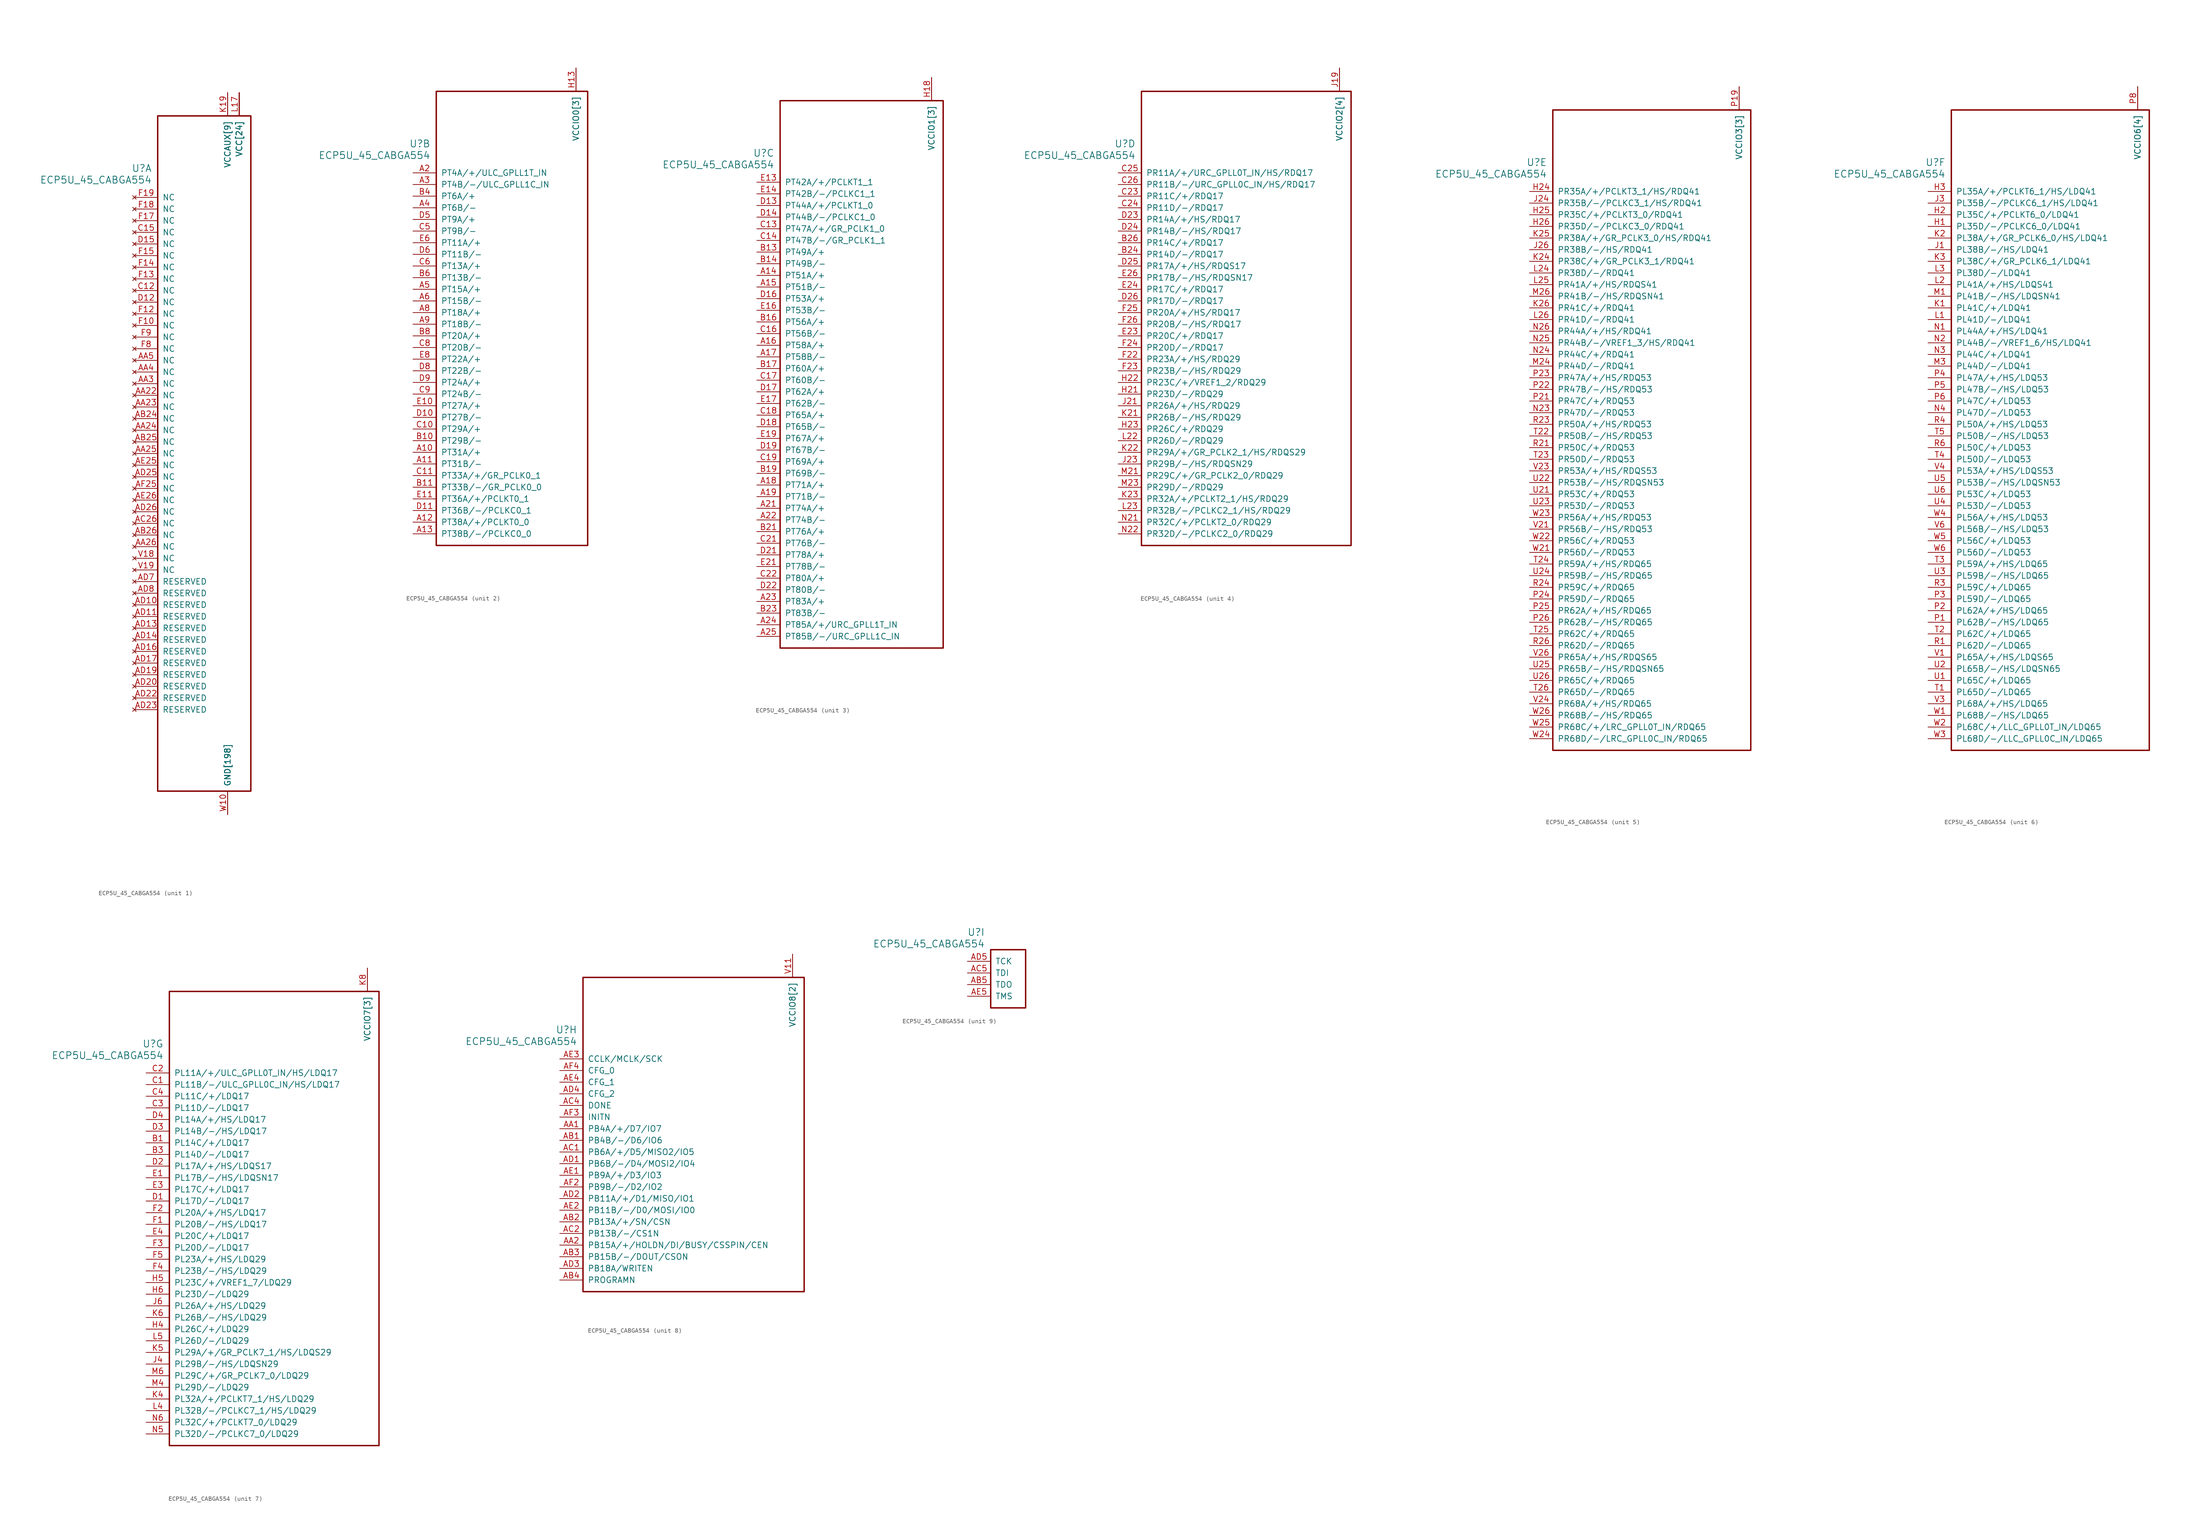
<source format=kicad_sym>
(kicad_symbol_lib
  (version 20211014)
  (generator kicad_symbol_editor)
  (symbol "ECP5U_45_CABGA554"
    (pin_names
      (offset 1.016))
    (property "Reference" "U"
      (at 3.81 6.35 0)
      (effects (font (size 1.524 1.524)) (justify right)))
    (property "Value" "ECP5U_45_CABGA554"
      (at 3.81 3.81 0)
      (effects (font (size 1.524 1.524)) (justify right)))
    (property "ki_locked" ""
      (at 0 0 0)
      (effects (font (size 1.27 1.27))))
    (symbol "ECP5U_45_CABGA554_1_1"
      (rectangle (start 5.08 17.78) (end 25.4 -129.54) (stroke (width 0.305) (type default) (color 0 0 0 0)) (fill (type none)))
      (pin power_in line (at 20.32 -134.62 90) (length 5.08) (name "GND[198]" (effects (font (size 1.27 1.27)))) (number "AA10" (effects (font (size 0 0)))))
      (pin power_in line (at 20.32 -134.62 90) (length 5.08) (name "GND[198]" (effects (font (size 1.27 1.27)))) (number "AA12" (effects (font (size 0 0)))))
      (pin power_in line (at 20.32 -134.62 90) (length 5.08) (name "GND[198]" (effects (font (size 1.27 1.27)))) (number "AA13" (effects (font (size 0 0)))))
      (pin power_in line (at 20.32 -134.62 90) (length 5.08) (name "GND[198]" (effects (font (size 1.27 1.27)))) (number "AA14" (effects (font (size 0 0)))))
      (pin power_in line (at 20.32 -134.62 90) (length 5.08) (name "GND[198]" (effects (font (size 1.27 1.27)))) (number "AA15" (effects (font (size 0 0)))))
      (pin power_in line (at 20.32 -134.62 90) (length 5.08) (name "GND[198]" (effects (font (size 1.27 1.27)))) (number "AA17" (effects (font (size 0 0)))))
      (pin power_in line (at 20.32 -134.62 90) (length 5.08) (name "GND[198]" (effects (font (size 1.27 1.27)))) (number "AA18" (effects (font (size 0 0)))))
      (pin power_in line (at 20.32 -134.62 90) (length 5.08) (name "GND[198]" (effects (font (size 1.27 1.27)))) (number "AA20" (effects (font (size 0 0)))))
      (pin no_connect line (at 0 -43.18 0) (length 5.08) (name "NC" (effects (font (size 1.27 1.27)))) (number "AA22" (effects (font (size 1.27 1.27)))))
      (pin no_connect line (at 0 -45.72 0) (length 5.08) (name "NC" (effects (font (size 1.27 1.27)))) (number "AA23" (effects (font (size 1.27 1.27)))))
      (pin no_connect line (at 0 -50.8 0) (length 5.08) (name "NC" (effects (font (size 1.27 1.27)))) (number "AA24" (effects (font (size 1.27 1.27)))))
      (pin no_connect line (at 0 -55.88 0) (length 5.08) (name "NC" (effects (font (size 1.27 1.27)))) (number "AA25" (effects (font (size 1.27 1.27)))))
      (pin no_connect line (at 0 -76.2 0) (length 5.08) (name "NC" (effects (font (size 1.27 1.27)))) (number "AA26" (effects (font (size 1.27 1.27)))))
      (pin no_connect line (at 0 -40.64 0) (length 5.08) (name "NC" (effects (font (size 1.27 1.27)))) (number "AA3" (effects (font (size 1.27 1.27)))))
      (pin no_connect line (at 0 -38.1 0) (length 5.08) (name "NC" (effects (font (size 1.27 1.27)))) (number "AA4" (effects (font (size 1.27 1.27)))))
      (pin no_connect line (at 0 -35.56 0) (length 5.08) (name "NC" (effects (font (size 1.27 1.27)))) (number "AA5" (effects (font (size 1.27 1.27)))))
      (pin power_in line (at 20.32 -134.62 90) (length 5.08) (name "GND[198]" (effects (font (size 1.27 1.27)))) (number "AA7" (effects (font (size 0 0)))))
      (pin power_in line (at 20.32 -134.62 90) (length 5.08) (name "GND[198]" (effects (font (size 1.27 1.27)))) (number "AA9" (effects (font (size 0 0)))))
      (pin power_in line (at 20.32 -134.62 90) (length 5.08) (name "GND[198]" (effects (font (size 1.27 1.27)))) (number "AB10" (effects (font (size 0 0)))))
      (pin power_in line (at 20.32 -134.62 90) (length 5.08) (name "GND[198]" (effects (font (size 1.27 1.27)))) (number "AB12" (effects (font (size 0 0)))))
      (pin power_in line (at 20.32 -134.62 90) (length 5.08) (name "GND[198]" (effects (font (size 1.27 1.27)))) (number "AB13" (effects (font (size 0 0)))))
      (pin power_in line (at 20.32 -134.62 90) (length 5.08) (name "GND[198]" (effects (font (size 1.27 1.27)))) (number "AB14" (effects (font (size 0 0)))))
      (pin power_in line (at 20.32 -134.62 90) (length 5.08) (name "GND[198]" (effects (font (size 1.27 1.27)))) (number "AB15" (effects (font (size 0 0)))))
      (pin power_in line (at 20.32 -134.62 90) (length 5.08) (name "GND[198]" (effects (font (size 1.27 1.27)))) (number "AB17" (effects (font (size 0 0)))))
      (pin power_in line (at 20.32 -134.62 90) (length 5.08) (name "GND[198]" (effects (font (size 1.27 1.27)))) (number "AB18" (effects (font (size 0 0)))))
      (pin power_in line (at 20.32 -134.62 90) (length 5.08) (name "GND[198]" (effects (font (size 1.27 1.27)))) (number "AB20" (effects (font (size 0 0)))))
      (pin power_in line (at 20.32 -134.62 90) (length 5.08) (name "GND[198]" (effects (font (size 1.27 1.27)))) (number "AB21" (effects (font (size 0 0)))))
      (pin power_in line (at 20.32 -134.62 90) (length 5.08) (name "GND[198]" (effects (font (size 1.27 1.27)))) (number "AB22" (effects (font (size 0 0)))))
      (pin power_in line (at 20.32 -134.62 90) (length 5.08) (name "GND[198]" (effects (font (size 1.27 1.27)))) (number "AB23" (effects (font (size 0 0)))))
      (pin no_connect line (at 0 -48.26 0) (length 5.08) (name "NC" (effects (font (size 1.27 1.27)))) (number "AB24" (effects (font (size 1.27 1.27)))))
      (pin no_connect line (at 0 -53.34 0) (length 5.08) (name "NC" (effects (font (size 1.27 1.27)))) (number "AB25" (effects (font (size 1.27 1.27)))))
      (pin no_connect line (at 0 -73.66 0) (length 5.08) (name "NC" (effects (font (size 1.27 1.27)))) (number "AB26" (effects (font (size 1.27 1.27)))))
      (pin power_in line (at 20.32 -134.62 90) (length 5.08) (name "GND[198]" (effects (font (size 1.27 1.27)))) (number "AB6" (effects (font (size 0 0)))))
      (pin power_in line (at 20.32 -134.62 90) (length 5.08) (name "GND[198]" (effects (font (size 1.27 1.27)))) (number "AB7" (effects (font (size 0 0)))))
      (pin power_in line (at 20.32 -134.62 90) (length 5.08) (name "GND[198]" (effects (font (size 1.27 1.27)))) (number "AB9" (effects (font (size 0 0)))))
      (pin power_in line (at 20.32 -134.62 90) (length 5.08) (name "GND[198]" (effects (font (size 1.27 1.27)))) (number "AC10" (effects (font (size 0 0)))))
      (pin power_in line (at 20.32 -134.62 90) (length 5.08) (name "GND[198]" (effects (font (size 1.27 1.27)))) (number "AC11" (effects (font (size 0 0)))))
      (pin power_in line (at 20.32 -134.62 90) (length 5.08) (name "GND[198]" (effects (font (size 1.27 1.27)))) (number "AC12" (effects (font (size 0 0)))))
      (pin power_in line (at 20.32 -134.62 90) (length 5.08) (name "GND[198]" (effects (font (size 1.27 1.27)))) (number "AC13" (effects (font (size 0 0)))))
      (pin power_in line (at 20.32 -134.62 90) (length 5.08) (name "GND[198]" (effects (font (size 1.27 1.27)))) (number "AC14" (effects (font (size 0 0)))))
      (pin power_in line (at 20.32 -134.62 90) (length 5.08) (name "GND[198]" (effects (font (size 1.27 1.27)))) (number "AC15" (effects (font (size 0 0)))))
      (pin power_in line (at 20.32 -134.62 90) (length 5.08) (name "GND[198]" (effects (font (size 1.27 1.27)))) (number "AC16" (effects (font (size 0 0)))))
      (pin power_in line (at 20.32 -134.62 90) (length 5.08) (name "GND[198]" (effects (font (size 1.27 1.27)))) (number "AC17" (effects (font (size 0 0)))))
      (pin power_in line (at 20.32 -134.62 90) (length 5.08) (name "GND[198]" (effects (font (size 1.27 1.27)))) (number "AC18" (effects (font (size 0 0)))))
      (pin power_in line (at 20.32 -134.62 90) (length 5.08) (name "GND[198]" (effects (font (size 1.27 1.27)))) (number "AC19" (effects (font (size 0 0)))))
      (pin power_in line (at 20.32 -134.62 90) (length 5.08) (name "GND[198]" (effects (font (size 1.27 1.27)))) (number "AC20" (effects (font (size 0 0)))))
      (pin power_in line (at 20.32 -134.62 90) (length 5.08) (name "GND[198]" (effects (font (size 1.27 1.27)))) (number "AC21" (effects (font (size 0 0)))))
      (pin power_in line (at 20.32 -134.62 90) (length 5.08) (name "GND[198]" (effects (font (size 1.27 1.27)))) (number "AC22" (effects (font (size 0 0)))))
      (pin power_in line (at 20.32 -134.62 90) (length 5.08) (name "GND[198]" (effects (font (size 1.27 1.27)))) (number "AC23" (effects (font (size 0 0)))))
      (pin power_in line (at 20.32 -134.62 90) (length 5.08) (name "GND[198]" (effects (font (size 1.27 1.27)))) (number "AC24" (effects (font (size 0 0)))))
      (pin power_in line (at 20.32 -134.62 90) (length 5.08) (name "GND[198]" (effects (font (size 1.27 1.27)))) (number "AC25" (effects (font (size 0 0)))))
      (pin no_connect line (at 0 -71.12 0) (length 5.08) (name "NC" (effects (font (size 1.27 1.27)))) (number "AC26" (effects (font (size 1.27 1.27)))))
      (pin power_in line (at 20.32 -134.62 90) (length 5.08) (name "GND[198]" (effects (font (size 1.27 1.27)))) (number "AC3" (effects (font (size 0 0)))))
      (pin power_in line (at 20.32 -134.62 90) (length 5.08) (name "GND[198]" (effects (font (size 1.27 1.27)))) (number "AC6" (effects (font (size 0 0)))))
      (pin power_in line (at 20.32 -134.62 90) (length 5.08) (name "GND[198]" (effects (font (size 1.27 1.27)))) (number "AC7" (effects (font (size 0 0)))))
      (pin power_in line (at 20.32 -134.62 90) (length 5.08) (name "GND[198]" (effects (font (size 1.27 1.27)))) (number "AC8" (effects (font (size 0 0)))))
      (pin power_in line (at 20.32 -134.62 90) (length 5.08) (name "GND[198]" (effects (font (size 1.27 1.27)))) (number "AC9" (effects (font (size 0 0)))))
      (pin no_connect line (at 0 -88.9 0) (length 5.08) (name "RESERVED" (effects (font (size 1.27 1.27)))) (number "AD10" (effects (font (size 1.27 1.27)))))
      (pin no_connect line (at 0 -91.44 0) (length 5.08) (name "RESERVED" (effects (font (size 1.27 1.27)))) (number "AD11" (effects (font (size 1.27 1.27)))))
      (pin power_in line (at 20.32 -134.62 90) (length 5.08) (name "GND[198]" (effects (font (size 1.27 1.27)))) (number "AD12" (effects (font (size 0 0)))))
      (pin no_connect line (at 0 -93.98 0) (length 5.08) (name "RESERVED" (effects (font (size 1.27 1.27)))) (number "AD13" (effects (font (size 1.27 1.27)))))
      (pin no_connect line (at 0 -96.52 0) (length 5.08) (name "RESERVED" (effects (font (size 1.27 1.27)))) (number "AD14" (effects (font (size 1.27 1.27)))))
      (pin power_in line (at 20.32 -134.62 90) (length 5.08) (name "GND[198]" (effects (font (size 1.27 1.27)))) (number "AD15" (effects (font (size 0 0)))))
      (pin no_connect line (at 0 -99.06 0) (length 5.08) (name "RESERVED" (effects (font (size 1.27 1.27)))) (number "AD16" (effects (font (size 1.27 1.27)))))
      (pin no_connect line (at 0 -101.6 0) (length 5.08) (name "RESERVED" (effects (font (size 1.27 1.27)))) (number "AD17" (effects (font (size 1.27 1.27)))))
      (pin power_in line (at 20.32 -134.62 90) (length 5.08) (name "GND[198]" (effects (font (size 1.27 1.27)))) (number "AD18" (effects (font (size 0 0)))))
      (pin no_connect line (at 0 -104.14 0) (length 5.08) (name "RESERVED" (effects (font (size 1.27 1.27)))) (number "AD19" (effects (font (size 1.27 1.27)))))
      (pin no_connect line (at 0 -106.68 0) (length 5.08) (name "RESERVED" (effects (font (size 1.27 1.27)))) (number "AD20" (effects (font (size 1.27 1.27)))))
      (pin power_in line (at 20.32 -134.62 90) (length 5.08) (name "GND[198]" (effects (font (size 1.27 1.27)))) (number "AD21" (effects (font (size 0 0)))))
      (pin no_connect line (at 0 -109.22 0) (length 5.08) (name "RESERVED" (effects (font (size 1.27 1.27)))) (number "AD22" (effects (font (size 1.27 1.27)))))
      (pin no_connect line (at 0 -111.76 0) (length 5.08) (name "RESERVED" (effects (font (size 1.27 1.27)))) (number "AD23" (effects (font (size 1.27 1.27)))))
      (pin power_in line (at 20.32 -134.62 90) (length 5.08) (name "GND[198]" (effects (font (size 1.27 1.27)))) (number "AD24" (effects (font (size 0 0)))))
      (pin no_connect line (at 0 -60.96 0) (length 5.08) (name "NC" (effects (font (size 1.27 1.27)))) (number "AD25" (effects (font (size 1.27 1.27)))))
      (pin no_connect line (at 0 -68.58 0) (length 5.08) (name "NC" (effects (font (size 1.27 1.27)))) (number "AD26" (effects (font (size 1.27 1.27)))))
      (pin power_in line (at 20.32 -134.62 90) (length 5.08) (name "GND[198]" (effects (font (size 1.27 1.27)))) (number "AD6" (effects (font (size 0 0)))))
      (pin no_connect line (at 0 -83.82 0) (length 5.08) (name "RESERVED" (effects (font (size 1.27 1.27)))) (number "AD7" (effects (font (size 1.27 1.27)))))
      (pin no_connect line (at 0 -86.36 0) (length 5.08) (name "RESERVED" (effects (font (size 1.27 1.27)))) (number "AD8" (effects (font (size 1.27 1.27)))))
      (pin power_in line (at 20.32 -134.62 90) (length 5.08) (name "GND[198]" (effects (font (size 1.27 1.27)))) (number "AD9" (effects (font (size 0 0)))))
      (pin power_in line (at 20.32 -134.62 90) (length 5.08) (name "GND[198]" (effects (font (size 1.27 1.27)))) (number "AE10" (effects (font (size 0 0)))))
      (pin power_in line (at 20.32 -134.62 90) (length 5.08) (name "GND[198]" (effects (font (size 1.27 1.27)))) (number "AE12" (effects (font (size 0 0)))))
      (pin power_in line (at 20.32 -134.62 90) (length 5.08) (name "GND[198]" (effects (font (size 1.27 1.27)))) (number "AE13" (effects (font (size 0 0)))))
      (pin power_in line (at 20.32 -134.62 90) (length 5.08) (name "GND[198]" (effects (font (size 1.27 1.27)))) (number "AE15" (effects (font (size 0 0)))))
      (pin power_in line (at 20.32 -134.62 90) (length 5.08) (name "GND[198]" (effects (font (size 1.27 1.27)))) (number "AE16" (effects (font (size 0 0)))))
      (pin power_in line (at 20.32 -134.62 90) (length 5.08) (name "GND[198]" (effects (font (size 1.27 1.27)))) (number "AE18" (effects (font (size 0 0)))))
      (pin power_in line (at 20.32 -134.62 90) (length 5.08) (name "GND[198]" (effects (font (size 1.27 1.27)))) (number "AE19" (effects (font (size 0 0)))))
      (pin power_in line (at 20.32 -134.62 90) (length 5.08) (name "GND[198]" (effects (font (size 1.27 1.27)))) (number "AE21" (effects (font (size 0 0)))))
      (pin power_in line (at 20.32 -134.62 90) (length 5.08) (name "GND[198]" (effects (font (size 1.27 1.27)))) (number "AE22" (effects (font (size 0 0)))))
      (pin power_in line (at 20.32 -134.62 90) (length 5.08) (name "GND[198]" (effects (font (size 1.27 1.27)))) (number "AE24" (effects (font (size 0 0)))))
      (pin no_connect line (at 0 -58.42 0) (length 5.08) (name "NC" (effects (font (size 1.27 1.27)))) (number "AE25" (effects (font (size 1.27 1.27)))))
      (pin no_connect line (at 0 -66.04 0) (length 5.08) (name "NC" (effects (font (size 1.27 1.27)))) (number "AE26" (effects (font (size 1.27 1.27)))))
      (pin power_in line (at 20.32 -134.62 90) (length 5.08) (name "GND[198]" (effects (font (size 1.27 1.27)))) (number "AE6" (effects (font (size 0 0)))))
      (pin power_in line (at 20.32 -134.62 90) (length 5.08) (name "GND[198]" (effects (font (size 1.27 1.27)))) (number "AE7" (effects (font (size 0 0)))))
      (pin power_in line (at 20.32 -134.62 90) (length 5.08) (name "GND[198]" (effects (font (size 1.27 1.27)))) (number "AE9" (effects (font (size 0 0)))))
      (pin power_in line (at 20.32 -134.62 90) (length 5.08) (name "GND[198]" (effects (font (size 1.27 1.27)))) (number "AF10" (effects (font (size 0 0)))))
      (pin power_in line (at 20.32 -134.62 90) (length 5.08) (name "GND[198]" (effects (font (size 1.27 1.27)))) (number "AF12" (effects (font (size 0 0)))))
      (pin power_in line (at 20.32 -134.62 90) (length 5.08) (name "GND[198]" (effects (font (size 1.27 1.27)))) (number "AF13" (effects (font (size 0 0)))))
      (pin power_in line (at 20.32 -134.62 90) (length 5.08) (name "GND[198]" (effects (font (size 1.27 1.27)))) (number "AF15" (effects (font (size 0 0)))))
      (pin power_in line (at 20.32 -134.62 90) (length 5.08) (name "GND[198]" (effects (font (size 1.27 1.27)))) (number "AF16" (effects (font (size 0 0)))))
      (pin power_in line (at 20.32 -134.62 90) (length 5.08) (name "GND[198]" (effects (font (size 1.27 1.27)))) (number "AF18" (effects (font (size 0 0)))))
      (pin power_in line (at 20.32 -134.62 90) (length 5.08) (name "GND[198]" (effects (font (size 1.27 1.27)))) (number "AF19" (effects (font (size 0 0)))))
      (pin power_in line (at 20.32 -134.62 90) (length 5.08) (name "GND[198]" (effects (font (size 1.27 1.27)))) (number "AF21" (effects (font (size 0 0)))))
      (pin power_in line (at 20.32 -134.62 90) (length 5.08) (name "GND[198]" (effects (font (size 1.27 1.27)))) (number "AF22" (effects (font (size 0 0)))))
      (pin power_in line (at 20.32 -134.62 90) (length 5.08) (name "GND[198]" (effects (font (size 1.27 1.27)))) (number "AF24" (effects (font (size 0 0)))))
      (pin no_connect line (at 0 -63.5 0) (length 5.08) (name "NC" (effects (font (size 1.27 1.27)))) (number "AF25" (effects (font (size 1.27 1.27)))))
      (pin power_in line (at 20.32 -134.62 90) (length 5.08) (name "GND[198]" (effects (font (size 1.27 1.27)))) (number "AF5" (effects (font (size 0 0)))))
      (pin power_in line (at 20.32 -134.62 90) (length 5.08) (name "GND[198]" (effects (font (size 1.27 1.27)))) (number "AF6" (effects (font (size 0 0)))))
      (pin power_in line (at 20.32 -134.62 90) (length 5.08) (name "GND[198]" (effects (font (size 1.27 1.27)))) (number "AF7" (effects (font (size 0 0)))))
      (pin power_in line (at 20.32 -134.62 90) (length 5.08) (name "GND[198]" (effects (font (size 1.27 1.27)))) (number "AF9" (effects (font (size 0 0)))))
      (pin power_in line (at 20.32 -134.62 90) (length 5.08) (name "GND[198]" (effects (font (size 1.27 1.27)))) (number "B12" (effects (font (size 0 0)))))
      (pin power_in line (at 20.32 -134.62 90) (length 5.08) (name "GND[198]" (effects (font (size 1.27 1.27)))) (number "B15" (effects (font (size 0 0)))))
      (pin power_in line (at 20.32 -134.62 90) (length 5.08) (name "GND[198]" (effects (font (size 1.27 1.27)))) (number "B18" (effects (font (size 0 0)))))
      (pin power_in line (at 20.32 -134.62 90) (length 5.08) (name "GND[198]" (effects (font (size 1.27 1.27)))) (number "B2" (effects (font (size 0 0)))))
      (pin power_in line (at 20.32 -134.62 90) (length 5.08) (name "GND[198]" (effects (font (size 1.27 1.27)))) (number "B22" (effects (font (size 0 0)))))
      (pin power_in line (at 20.32 -134.62 90) (length 5.08) (name "GND[198]" (effects (font (size 1.27 1.27)))) (number "B25" (effects (font (size 0 0)))))
      (pin power_in line (at 20.32 -134.62 90) (length 5.08) (name "GND[198]" (effects (font (size 1.27 1.27)))) (number "B5" (effects (font (size 0 0)))))
      (pin power_in line (at 20.32 -134.62 90) (length 5.08) (name "GND[198]" (effects (font (size 1.27 1.27)))) (number "B9" (effects (font (size 0 0)))))
      (pin no_connect line (at 0 -20.32 0) (length 5.08) (name "NC" (effects (font (size 1.27 1.27)))) (number "C12" (effects (font (size 1.27 1.27)))))
      (pin no_connect line (at 0 -7.62 0) (length 5.08) (name "NC" (effects (font (size 1.27 1.27)))) (number "C15" (effects (font (size 1.27 1.27)))))
      (pin no_connect line (at 0 -22.86 0) (length 5.08) (name "NC" (effects (font (size 1.27 1.27)))) (number "D12" (effects (font (size 1.27 1.27)))))
      (pin no_connect line (at 0 -10.16 0) (length 5.08) (name "NC" (effects (font (size 1.27 1.27)))) (number "D15" (effects (font (size 1.27 1.27)))))
      (pin power_in line (at 20.32 -134.62 90) (length 5.08) (name "GND[198]" (effects (font (size 1.27 1.27)))) (number "E12" (effects (font (size 0 0)))))
      (pin power_in line (at 20.32 -134.62 90) (length 5.08) (name "GND[198]" (effects (font (size 1.27 1.27)))) (number "E15" (effects (font (size 0 0)))))
      (pin power_in line (at 20.32 -134.62 90) (length 5.08) (name "GND[198]" (effects (font (size 1.27 1.27)))) (number "E18" (effects (font (size 0 0)))))
      (pin power_in line (at 20.32 -134.62 90) (length 5.08) (name "GND[198]" (effects (font (size 1.27 1.27)))) (number "E2" (effects (font (size 0 0)))))
      (pin power_in line (at 20.32 -134.62 90) (length 5.08) (name "GND[198]" (effects (font (size 1.27 1.27)))) (number "E22" (effects (font (size 0 0)))))
      (pin power_in line (at 20.32 -134.62 90) (length 5.08) (name "GND[198]" (effects (font (size 1.27 1.27)))) (number "E25" (effects (font (size 0 0)))))
      (pin power_in line (at 20.32 -134.62 90) (length 5.08) (name "GND[198]" (effects (font (size 1.27 1.27)))) (number "E5" (effects (font (size 0 0)))))
      (pin power_in line (at 20.32 -134.62 90) (length 5.08) (name "GND[198]" (effects (font (size 1.27 1.27)))) (number "E9" (effects (font (size 0 0)))))
      (pin no_connect line (at 0 -27.94 0) (length 5.08) (name "NC" (effects (font (size 1.27 1.27)))) (number "F10" (effects (font (size 1.27 1.27)))))
      (pin no_connect line (at 0 -25.4 0) (length 5.08) (name "NC" (effects (font (size 1.27 1.27)))) (number "F12" (effects (font (size 1.27 1.27)))))
      (pin no_connect line (at 0 -17.78 0) (length 5.08) (name "NC" (effects (font (size 1.27 1.27)))) (number "F13" (effects (font (size 1.27 1.27)))))
      (pin no_connect line (at 0 -15.24 0) (length 5.08) (name "NC" (effects (font (size 1.27 1.27)))) (number "F14" (effects (font (size 1.27 1.27)))))
      (pin no_connect line (at 0 -12.7 0) (length 5.08) (name "NC" (effects (font (size 1.27 1.27)))) (number "F15" (effects (font (size 1.27 1.27)))))
      (pin no_connect line (at 0 -5.08 0) (length 5.08) (name "NC" (effects (font (size 1.27 1.27)))) (number "F17" (effects (font (size 1.27 1.27)))))
      (pin no_connect line (at 0 -2.54 0) (length 5.08) (name "NC" (effects (font (size 1.27 1.27)))) (number "F18" (effects (font (size 1.27 1.27)))))
      (pin no_connect line (at 0 0 0) (length 5.08) (name "NC" (effects (font (size 1.27 1.27)))) (number "F19" (effects (font (size 1.27 1.27)))))
      (pin no_connect line (at 0 -33.02 0) (length 5.08) (name "NC" (effects (font (size 1.27 1.27)))) (number "F8" (effects (font (size 1.27 1.27)))))
      (pin no_connect line (at 0 -30.48 0) (length 5.08) (name "NC" (effects (font (size 1.27 1.27)))) (number "F9" (effects (font (size 1.27 1.27)))))
      (pin power_in line (at 20.32 22.86 270) (length 5.08) (name "VCCAUX[9]" (effects (font (size 1.27 1.27)))) (number "H11" (effects (font (size 0 0)))))
      (pin power_in line (at 20.32 22.86 270) (length 5.08) (name "VCCAUX[9]" (effects (font (size 1.27 1.27)))) (number "H14" (effects (font (size 0 0)))))
      (pin power_in line (at 20.32 22.86 270) (length 5.08) (name "VCCAUX[9]" (effects (font (size 1.27 1.27)))) (number "H17" (effects (font (size 0 0)))))
      (pin power_in line (at 20.32 -134.62 90) (length 5.08) (name "GND[198]" (effects (font (size 1.27 1.27)))) (number "H19" (effects (font (size 0 0)))))
      (pin power_in line (at 20.32 -134.62 90) (length 5.08) (name "GND[198]" (effects (font (size 1.27 1.27)))) (number "H8" (effects (font (size 0 0)))))
      (pin power_in line (at 20.32 -134.62 90) (length 5.08) (name "GND[198]" (effects (font (size 1.27 1.27)))) (number "H9" (effects (font (size 0 0)))))
      (pin power_in line (at 20.32 -134.62 90) (length 5.08) (name "GND[198]" (effects (font (size 1.27 1.27)))) (number "J10" (effects (font (size 0 0)))))
      (pin power_in line (at 20.32 -134.62 90) (length 5.08) (name "GND[198]" (effects (font (size 1.27 1.27)))) (number "J11" (effects (font (size 0 0)))))
      (pin power_in line (at 20.32 -134.62 90) (length 5.08) (name "GND[198]" (effects (font (size 1.27 1.27)))) (number "J12" (effects (font (size 0 0)))))
      (pin power_in line (at 20.32 -134.62 90) (length 5.08) (name "GND[198]" (effects (font (size 1.27 1.27)))) (number "J13" (effects (font (size 0 0)))))
      (pin power_in line (at 20.32 -134.62 90) (length 5.08) (name "GND[198]" (effects (font (size 1.27 1.27)))) (number "J14" (effects (font (size 0 0)))))
      (pin power_in line (at 20.32 -134.62 90) (length 5.08) (name "GND[198]" (effects (font (size 1.27 1.27)))) (number "J15" (effects (font (size 0 0)))))
      (pin power_in line (at 20.32 -134.62 90) (length 5.08) (name "GND[198]" (effects (font (size 1.27 1.27)))) (number "J16" (effects (font (size 0 0)))))
      (pin power_in line (at 20.32 -134.62 90) (length 5.08) (name "GND[198]" (effects (font (size 1.27 1.27)))) (number "J17" (effects (font (size 0 0)))))
      (pin power_in line (at 20.32 -134.62 90) (length 5.08) (name "GND[198]" (effects (font (size 1.27 1.27)))) (number "J18" (effects (font (size 0 0)))))
      (pin power_in line (at 20.32 -134.62 90) (length 5.08) (name "GND[198]" (effects (font (size 1.27 1.27)))) (number "J2" (effects (font (size 0 0)))))
      (pin power_in line (at 20.32 -134.62 90) (length 5.08) (name "GND[198]" (effects (font (size 1.27 1.27)))) (number "J22" (effects (font (size 0 0)))))
      (pin power_in line (at 20.32 -134.62 90) (length 5.08) (name "GND[198]" (effects (font (size 1.27 1.27)))) (number "J25" (effects (font (size 0 0)))))
      (pin power_in line (at 20.32 -134.62 90) (length 5.08) (name "GND[198]" (effects (font (size 1.27 1.27)))) (number "J5" (effects (font (size 0 0)))))
      (pin power_in line (at 20.32 -134.62 90) (length 5.08) (name "GND[198]" (effects (font (size 1.27 1.27)))) (number "J8" (effects (font (size 0 0)))))
      (pin power_in line (at 20.32 -134.62 90) (length 5.08) (name "GND[198]" (effects (font (size 1.27 1.27)))) (number "J9" (effects (font (size 0 0)))))
      (pin power_in line (at 20.32 -134.62 90) (length 5.08) (name "GND[198]" (effects (font (size 1.27 1.27)))) (number "K10" (effects (font (size 0 0)))))
      (pin power_in line (at 22.86 22.86 270) (length 5.08) (name "VCC[24]" (effects (font (size 1.27 1.27)))) (number "K11" (effects (font (size 0 0)))))
      (pin power_in line (at 22.86 22.86 270) (length 5.08) (name "VCC[24]" (effects (font (size 1.27 1.27)))) (number "K12" (effects (font (size 0 0)))))
      (pin power_in line (at 22.86 22.86 270) (length 5.08) (name "VCC[24]" (effects (font (size 1.27 1.27)))) (number "K13" (effects (font (size 0 0)))))
      (pin power_in line (at 22.86 22.86 270) (length 5.08) (name "VCC[24]" (effects (font (size 1.27 1.27)))) (number "K14" (effects (font (size 0 0)))))
      (pin power_in line (at 22.86 22.86 270) (length 5.08) (name "VCC[24]" (effects (font (size 1.27 1.27)))) (number "K15" (effects (font (size 0 0)))))
      (pin power_in line (at 22.86 22.86 270) (length 5.08) (name "VCC[24]" (effects (font (size 1.27 1.27)))) (number "K16" (effects (font (size 0 0)))))
      (pin power_in line (at 20.32 -134.62 90) (length 5.08) (name "GND[198]" (effects (font (size 1.27 1.27)))) (number "K17" (effects (font (size 0 0)))))
      (pin power_in line (at 20.32 -134.62 90) (length 5.08) (name "GND[198]" (effects (font (size 1.27 1.27)))) (number "K18" (effects (font (size 0 0)))))
      (pin power_in line (at 20.32 22.86 270) (length 5.08) (name "VCCAUX[9]" (effects (font (size 1.27 1.27)))) (number "K19" (effects (font (size 1.27 1.27)))))
      (pin power_in line (at 20.32 -134.62 90) (length 5.08) (name "GND[198]" (effects (font (size 1.27 1.27)))) (number "K9" (effects (font (size 0 0)))))
      (pin power_in line (at 22.86 22.86 270) (length 5.08) (name "VCC[24]" (effects (font (size 1.27 1.27)))) (number "L10" (effects (font (size 0 0)))))
      (pin power_in line (at 20.32 -134.62 90) (length 5.08) (name "GND[198]" (effects (font (size 1.27 1.27)))) (number "L11" (effects (font (size 0 0)))))
      (pin power_in line (at 20.32 -134.62 90) (length 5.08) (name "GND[198]" (effects (font (size 1.27 1.27)))) (number "L12" (effects (font (size 0 0)))))
      (pin power_in line (at 20.32 -134.62 90) (length 5.08) (name "GND[198]" (effects (font (size 1.27 1.27)))) (number "L13" (effects (font (size 0 0)))))
      (pin power_in line (at 20.32 -134.62 90) (length 5.08) (name "GND[198]" (effects (font (size 1.27 1.27)))) (number "L14" (effects (font (size 0 0)))))
      (pin power_in line (at 20.32 -134.62 90) (length 5.08) (name "GND[198]" (effects (font (size 1.27 1.27)))) (number "L15" (effects (font (size 0 0)))))
      (pin power_in line (at 20.32 -134.62 90) (length 5.08) (name "GND[198]" (effects (font (size 1.27 1.27)))) (number "L16" (effects (font (size 0 0)))))
      (pin power_in line (at 22.86 22.86 270) (length 5.08) (name "VCC[24]" (effects (font (size 1.27 1.27)))) (number "L17" (effects (font (size 1.27 1.27)))))
      (pin power_in line (at 20.32 -134.62 90) (length 5.08) (name "GND[198]" (effects (font (size 1.27 1.27)))) (number "L18" (effects (font (size 0 0)))))
      (pin power_in line (at 20.32 22.86 270) (length 5.08) (name "VCCAUX[9]" (effects (font (size 1.27 1.27)))) (number "L8" (effects (font (size 0 0)))))
      (pin power_in line (at 20.32 -134.62 90) (length 5.08) (name "GND[198]" (effects (font (size 1.27 1.27)))) (number "L9" (effects (font (size 0 0)))))
      (pin power_in line (at 22.86 22.86 270) (length 5.08) (name "VCC[24]" (effects (font (size 1.27 1.27)))) (number "M10" (effects (font (size 0 0)))))
      (pin power_in line (at 20.32 -134.62 90) (length 5.08) (name "GND[198]" (effects (font (size 1.27 1.27)))) (number "M11" (effects (font (size 0 0)))))
      (pin power_in line (at 20.32 -134.62 90) (length 5.08) (name "GND[198]" (effects (font (size 1.27 1.27)))) (number "M12" (effects (font (size 0 0)))))
      (pin power_in line (at 20.32 -134.62 90) (length 5.08) (name "GND[198]" (effects (font (size 1.27 1.27)))) (number "M13" (effects (font (size 0 0)))))
      (pin power_in line (at 20.32 -134.62 90) (length 5.08) (name "GND[198]" (effects (font (size 1.27 1.27)))) (number "M14" (effects (font (size 0 0)))))
      (pin power_in line (at 20.32 -134.62 90) (length 5.08) (name "GND[198]" (effects (font (size 1.27 1.27)))) (number "M15" (effects (font (size 0 0)))))
      (pin power_in line (at 20.32 -134.62 90) (length 5.08) (name "GND[198]" (effects (font (size 1.27 1.27)))) (number "M16" (effects (font (size 0 0)))))
      (pin power_in line (at 22.86 22.86 270) (length 5.08) (name "VCC[24]" (effects (font (size 1.27 1.27)))) (number "M17" (effects (font (size 0 0)))))
      (pin power_in line (at 20.32 -134.62 90) (length 5.08) (name "GND[198]" (effects (font (size 1.27 1.27)))) (number "M18" (effects (font (size 0 0)))))
      (pin power_in line (at 20.32 -134.62 90) (length 5.08) (name "GND[198]" (effects (font (size 1.27 1.27)))) (number "M2" (effects (font (size 0 0)))))
      (pin power_in line (at 20.32 -134.62 90) (length 5.08) (name "GND[198]" (effects (font (size 1.27 1.27)))) (number "M22" (effects (font (size 0 0)))))
      (pin power_in line (at 20.32 -134.62 90) (length 5.08) (name "GND[198]" (effects (font (size 1.27 1.27)))) (number "M25" (effects (font (size 0 0)))))
      (pin power_in line (at 20.32 -134.62 90) (length 5.08) (name "GND[198]" (effects (font (size 1.27 1.27)))) (number "M5" (effects (font (size 0 0)))))
      (pin power_in line (at 20.32 -134.62 90) (length 5.08) (name "GND[198]" (effects (font (size 1.27 1.27)))) (number "M9" (effects (font (size 0 0)))))
      (pin power_in line (at 22.86 22.86 270) (length 5.08) (name "VCC[24]" (effects (font (size 1.27 1.27)))) (number "N10" (effects (font (size 0 0)))))
      (pin power_in line (at 20.32 -134.62 90) (length 5.08) (name "GND[198]" (effects (font (size 1.27 1.27)))) (number "N11" (effects (font (size 0 0)))))
      (pin power_in line (at 20.32 -134.62 90) (length 5.08) (name "GND[198]" (effects (font (size 1.27 1.27)))) (number "N12" (effects (font (size 0 0)))))
      (pin power_in line (at 20.32 -134.62 90) (length 5.08) (name "GND[198]" (effects (font (size 1.27 1.27)))) (number "N13" (effects (font (size 0 0)))))
      (pin power_in line (at 20.32 -134.62 90) (length 5.08) (name "GND[198]" (effects (font (size 1.27 1.27)))) (number "N14" (effects (font (size 0 0)))))
      (pin power_in line (at 20.32 -134.62 90) (length 5.08) (name "GND[198]" (effects (font (size 1.27 1.27)))) (number "N15" (effects (font (size 0 0)))))
      (pin power_in line (at 20.32 -134.62 90) (length 5.08) (name "GND[198]" (effects (font (size 1.27 1.27)))) (number "N16" (effects (font (size 0 0)))))
      (pin power_in line (at 22.86 22.86 270) (length 5.08) (name "VCC[24]" (effects (font (size 1.27 1.27)))) (number "N17" (effects (font (size 0 0)))))
      (pin power_in line (at 20.32 -134.62 90) (length 5.08) (name "GND[198]" (effects (font (size 1.27 1.27)))) (number "N18" (effects (font (size 0 0)))))
      (pin power_in line (at 20.32 -134.62 90) (length 5.08) (name "GND[198]" (effects (font (size 1.27 1.27)))) (number "N9" (effects (font (size 0 0)))))
      (pin power_in line (at 22.86 22.86 270) (length 5.08) (name "VCC[24]" (effects (font (size 1.27 1.27)))) (number "P10" (effects (font (size 0 0)))))
      (pin power_in line (at 20.32 -134.62 90) (length 5.08) (name "GND[198]" (effects (font (size 1.27 1.27)))) (number "P11" (effects (font (size 0 0)))))
      (pin power_in line (at 20.32 -134.62 90) (length 5.08) (name "GND[198]" (effects (font (size 1.27 1.27)))) (number "P12" (effects (font (size 0 0)))))
      (pin power_in line (at 20.32 -134.62 90) (length 5.08) (name "GND[198]" (effects (font (size 1.27 1.27)))) (number "P13" (effects (font (size 0 0)))))
      (pin power_in line (at 20.32 -134.62 90) (length 5.08) (name "GND[198]" (effects (font (size 1.27 1.27)))) (number "P14" (effects (font (size 0 0)))))
      (pin power_in line (at 20.32 -134.62 90) (length 5.08) (name "GND[198]" (effects (font (size 1.27 1.27)))) (number "P15" (effects (font (size 0 0)))))
      (pin power_in line (at 20.32 -134.62 90) (length 5.08) (name "GND[198]" (effects (font (size 1.27 1.27)))) (number "P16" (effects (font (size 0 0)))))
      (pin power_in line (at 22.86 22.86 270) (length 5.08) (name "VCC[24]" (effects (font (size 1.27 1.27)))) (number "P17" (effects (font (size 0 0)))))
      (pin power_in line (at 20.32 -134.62 90) (length 5.08) (name "GND[198]" (effects (font (size 1.27 1.27)))) (number "P18" (effects (font (size 0 0)))))
      (pin power_in line (at 20.32 -134.62 90) (length 5.08) (name "GND[198]" (effects (font (size 1.27 1.27)))) (number "P9" (effects (font (size 0 0)))))
      (pin power_in line (at 22.86 22.86 270) (length 5.08) (name "VCC[24]" (effects (font (size 1.27 1.27)))) (number "R10" (effects (font (size 0 0)))))
      (pin power_in line (at 20.32 -134.62 90) (length 5.08) (name "GND[198]" (effects (font (size 1.27 1.27)))) (number "R11" (effects (font (size 0 0)))))
      (pin power_in line (at 20.32 -134.62 90) (length 5.08) (name "GND[198]" (effects (font (size 1.27 1.27)))) (number "R12" (effects (font (size 0 0)))))
      (pin power_in line (at 20.32 -134.62 90) (length 5.08) (name "GND[198]" (effects (font (size 1.27 1.27)))) (number "R13" (effects (font (size 0 0)))))
      (pin power_in line (at 20.32 -134.62 90) (length 5.08) (name "GND[198]" (effects (font (size 1.27 1.27)))) (number "R14" (effects (font (size 0 0)))))
      (pin power_in line (at 20.32 -134.62 90) (length 5.08) (name "GND[198]" (effects (font (size 1.27 1.27)))) (number "R15" (effects (font (size 0 0)))))
      (pin power_in line (at 20.32 -134.62 90) (length 5.08) (name "GND[198]" (effects (font (size 1.27 1.27)))) (number "R16" (effects (font (size 0 0)))))
      (pin power_in line (at 22.86 22.86 270) (length 5.08) (name "VCC[24]" (effects (font (size 1.27 1.27)))) (number "R17" (effects (font (size 0 0)))))
      (pin power_in line (at 20.32 -134.62 90) (length 5.08) (name "GND[198]" (effects (font (size 1.27 1.27)))) (number "R18" (effects (font (size 0 0)))))
      (pin power_in line (at 20.32 -134.62 90) (length 5.08) (name "GND[198]" (effects (font (size 1.27 1.27)))) (number "R2" (effects (font (size 0 0)))))
      (pin power_in line (at 20.32 -134.62 90) (length 5.08) (name "GND[198]" (effects (font (size 1.27 1.27)))) (number "R22" (effects (font (size 0 0)))))
      (pin power_in line (at 20.32 -134.62 90) (length 5.08) (name "GND[198]" (effects (font (size 1.27 1.27)))) (number "R25" (effects (font (size 0 0)))))
      (pin power_in line (at 20.32 -134.62 90) (length 5.08) (name "GND[198]" (effects (font (size 1.27 1.27)))) (number "R5" (effects (font (size 0 0)))))
      (pin power_in line (at 20.32 -134.62 90) (length 5.08) (name "GND[198]" (effects (font (size 1.27 1.27)))) (number "R9" (effects (font (size 0 0)))))
      (pin power_in line (at 22.86 22.86 270) (length 5.08) (name "VCC[24]" (effects (font (size 1.27 1.27)))) (number "T10" (effects (font (size 0 0)))))
      (pin power_in line (at 22.86 22.86 270) (length 5.08) (name "VCC[24]" (effects (font (size 1.27 1.27)))) (number "T11" (effects (font (size 0 0)))))
      (pin power_in line (at 22.86 22.86 270) (length 5.08) (name "VCC[24]" (effects (font (size 1.27 1.27)))) (number "T12" (effects (font (size 0 0)))))
      (pin power_in line (at 22.86 22.86 270) (length 5.08) (name "VCC[24]" (effects (font (size 1.27 1.27)))) (number "T13" (effects (font (size 0 0)))))
      (pin power_in line (at 22.86 22.86 270) (length 5.08) (name "VCC[24]" (effects (font (size 1.27 1.27)))) (number "T14" (effects (font (size 0 0)))))
      (pin power_in line (at 22.86 22.86 270) (length 5.08) (name "VCC[24]" (effects (font (size 1.27 1.27)))) (number "T15" (effects (font (size 0 0)))))
      (pin power_in line (at 22.86 22.86 270) (length 5.08) (name "VCC[24]" (effects (font (size 1.27 1.27)))) (number "T16" (effects (font (size 0 0)))))
      (pin power_in line (at 22.86 22.86 270) (length 5.08) (name "VCC[24]" (effects (font (size 1.27 1.27)))) (number "T17" (effects (font (size 0 0)))))
      (pin power_in line (at 20.32 -134.62 90) (length 5.08) (name "GND[198]" (effects (font (size 1.27 1.27)))) (number "T18" (effects (font (size 0 0)))))
      (pin power_in line (at 20.32 22.86 270) (length 5.08) (name "VCCAUX[9]" (effects (font (size 1.27 1.27)))) (number "T19" (effects (font (size 0 0)))))
      (pin power_in line (at 20.32 22.86 270) (length 5.08) (name "VCCAUX[9]" (effects (font (size 1.27 1.27)))) (number "T8" (effects (font (size 0 0)))))
      (pin power_in line (at 20.32 -134.62 90) (length 5.08) (name "GND[198]" (effects (font (size 1.27 1.27)))) (number "T9" (effects (font (size 0 0)))))
      (pin power_in line (at 20.32 -134.62 90) (length 5.08) (name "GND[198]" (effects (font (size 1.27 1.27)))) (number "U10" (effects (font (size 0 0)))))
      (pin power_in line (at 20.32 -134.62 90) (length 5.08) (name "GND[198]" (effects (font (size 1.27 1.27)))) (number "U11" (effects (font (size 0 0)))))
      (pin power_in line (at 20.32 -134.62 90) (length 5.08) (name "GND[198]" (effects (font (size 1.27 1.27)))) (number "U12" (effects (font (size 0 0)))))
      (pin power_in line (at 20.32 -134.62 90) (length 5.08) (name "GND[198]" (effects (font (size 1.27 1.27)))) (number "U13" (effects (font (size 0 0)))))
      (pin power_in line (at 20.32 -134.62 90) (length 5.08) (name "GND[198]" (effects (font (size 1.27 1.27)))) (number "U14" (effects (font (size 0 0)))))
      (pin power_in line (at 20.32 -134.62 90) (length 5.08) (name "GND[198]" (effects (font (size 1.27 1.27)))) (number "U15" (effects (font (size 0 0)))))
      (pin power_in line (at 20.32 -134.62 90) (length 5.08) (name "GND[198]" (effects (font (size 1.27 1.27)))) (number "U16" (effects (font (size 0 0)))))
      (pin power_in line (at 20.32 -134.62 90) (length 5.08) (name "GND[198]" (effects (font (size 1.27 1.27)))) (number "U17" (effects (font (size 0 0)))))
      (pin power_in line (at 20.32 -134.62 90) (length 5.08) (name "GND[198]" (effects (font (size 1.27 1.27)))) (number "U18" (effects (font (size 0 0)))))
      (pin power_in line (at 20.32 -134.62 90) (length 5.08) (name "GND[198]" (effects (font (size 1.27 1.27)))) (number "U9" (effects (font (size 0 0)))))
      (pin power_in line (at 20.32 -134.62 90) (length 5.08) (name "GND[198]" (effects (font (size 1.27 1.27)))) (number "V12" (effects (font (size 0 0)))))
      (pin power_in line (at 20.32 -134.62 90) (length 5.08) (name "GND[198]" (effects (font (size 1.27 1.27)))) (number "V13" (effects (font (size 0 0)))))
      (pin power_in line (at 20.32 -134.62 90) (length 5.08) (name "GND[198]" (effects (font (size 1.27 1.27)))) (number "V14" (effects (font (size 0 0)))))
      (pin power_in line (at 20.32 -134.62 90) (length 5.08) (name "GND[198]" (effects (font (size 1.27 1.27)))) (number "V15" (effects (font (size 0 0)))))
      (pin power_in line (at 20.32 -134.62 90) (length 5.08) (name "GND[198]" (effects (font (size 1.27 1.27)))) (number "V16" (effects (font (size 0 0)))))
      (pin power_in line (at 20.32 -134.62 90) (length 5.08) (name "GND[198]" (effects (font (size 1.27 1.27)))) (number "V17" (effects (font (size 0 0)))))
      (pin no_connect line (at 0 -78.74 0) (length 5.08) (name "NC" (effects (font (size 1.27 1.27)))) (number "V18" (effects (font (size 1.27 1.27)))))
      (pin no_connect line (at 0 -81.28 0) (length 5.08) (name "NC" (effects (font (size 1.27 1.27)))) (number "V19" (effects (font (size 1.27 1.27)))))
      (pin power_in line (at 20.32 -134.62 90) (length 5.08) (name "GND[198]" (effects (font (size 1.27 1.27)))) (number "V2" (effects (font (size 0 0)))))
      (pin power_in line (at 20.32 -134.62 90) (length 5.08) (name "GND[198]" (effects (font (size 1.27 1.27)))) (number "V22" (effects (font (size 0 0)))))
      (pin power_in line (at 20.32 -134.62 90) (length 5.08) (name "GND[198]" (effects (font (size 1.27 1.27)))) (number "V25" (effects (font (size 0 0)))))
      (pin power_in line (at 20.32 -134.62 90) (length 5.08) (name "GND[198]" (effects (font (size 1.27 1.27)))) (number "V5" (effects (font (size 0 0)))))
      (pin power_in line (at 20.32 -134.62 90) (length 5.08) (name "GND[198]" (effects (font (size 1.27 1.27)))) (number "V9" (effects (font (size 0 0)))))
      (pin power_in line (at 20.32 -134.62 90) (length 5.08) (name "GND[198]" (effects (font (size 1.27 1.27)))) (number "W10" (effects (font (size 1.27 1.27)))))
      (pin power_in line (at 20.32 -134.62 90) (length 5.08) (name "GND[198]" (effects (font (size 1.27 1.27)))) (number "W11" (effects (font (size 0 0)))))
      (pin power_in line (at 20.32 -134.62 90) (length 5.08) (name "GND[198]" (effects (font (size 1.27 1.27)))) (number "W12" (effects (font (size 0 0)))))
      (pin power_in line (at 20.32 -134.62 90) (length 5.08) (name "GND[198]" (effects (font (size 1.27 1.27)))) (number "W13" (effects (font (size 0 0)))))
      (pin power_in line (at 20.32 -134.62 90) (length 5.08) (name "GND[198]" (effects (font (size 1.27 1.27)))) (number "W14" (effects (font (size 0 0)))))
      (pin power_in line (at 20.32 -134.62 90) (length 5.08) (name "GND[198]" (effects (font (size 1.27 1.27)))) (number "W15" (effects (font (size 0 0)))))
      (pin power_in line (at 20.32 -134.62 90) (length 5.08) (name "GND[198]" (effects (font (size 1.27 1.27)))) (number "W16" (effects (font (size 0 0)))))
      (pin power_in line (at 20.32 -134.62 90) (length 5.08) (name "GND[198]" (effects (font (size 1.27 1.27)))) (number "W17" (effects (font (size 0 0)))))
      (pin power_in line (at 20.32 -134.62 90) (length 5.08) (name "GND[198]" (effects (font (size 1.27 1.27)))) (number "W18" (effects (font (size 0 0)))))
      (pin power_in line (at 20.32 22.86 270) (length 5.08) (name "VCCAUX[9]" (effects (font (size 1.27 1.27)))) (number "W19" (effects (font (size 0 0)))))
      (pin power_in line (at 20.32 22.86 270) (length 5.08) (name "VCCAUX[9]" (effects (font (size 1.27 1.27)))) (number "W8" (effects (font (size 0 0)))))
      (pin power_in line (at 20.32 -134.62 90) (length 5.08) (name "GND[198]" (effects (font (size 1.27 1.27)))) (number "W9" (effects (font (size 0 0))))))
    (symbol "ECP5U_45_CABGA554_2_1"
      (rectangle (start 5.08 17.78) (end 38.1 -81.28) (stroke (width 0.305) (type default) (color 0 0 0 0)) (fill (type none)))
      (pin bidirectional line (at 0 -60.96 0) (length 5.08) (name "PT31A/+" (effects (font (size 1.27 1.27)))) (number "A10" (effects (font (size 1.27 1.27)))))
      (pin bidirectional line (at 0 -63.5 0) (length 5.08) (name "PT31B/-" (effects (font (size 1.27 1.27)))) (number "A11" (effects (font (size 1.27 1.27)))))
      (pin bidirectional line (at 0 -76.2 0) (length 5.08) (name "PT38A/+/PCLKT0_0" (effects (font (size 1.27 1.27)))) (number "A12" (effects (font (size 1.27 1.27)))))
      (pin bidirectional line (at 0 -78.74 0) (length 5.08) (name "PT38B/-/PCLKC0_0" (effects (font (size 1.27 1.27)))) (number "A13" (effects (font (size 1.27 1.27)))))
      (pin bidirectional line (at 0 0 0) (length 5.08) (name "PT4A/+/ULC_GPLL1T_IN" (effects (font (size 1.27 1.27)))) (number "A2" (effects (font (size 1.27 1.27)))))
      (pin bidirectional line (at 0 -2.54 0) (length 5.08) (name "PT4B/-/ULC_GPLL1C_IN" (effects (font (size 1.27 1.27)))) (number "A3" (effects (font (size 1.27 1.27)))))
      (pin bidirectional line (at 0 -7.62 0) (length 5.08) (name "PT6B/-" (effects (font (size 1.27 1.27)))) (number "A4" (effects (font (size 1.27 1.27)))))
      (pin bidirectional line (at 0 -25.4 0) (length 5.08) (name "PT15A/+" (effects (font (size 1.27 1.27)))) (number "A5" (effects (font (size 1.27 1.27)))))
      (pin bidirectional line (at 0 -27.94 0) (length 5.08) (name "PT15B/-" (effects (font (size 1.27 1.27)))) (number "A6" (effects (font (size 1.27 1.27)))))
      (pin bidirectional line (at 0 -30.48 0) (length 5.08) (name "PT18A/+" (effects (font (size 1.27 1.27)))) (number "A8" (effects (font (size 1.27 1.27)))))
      (pin bidirectional line (at 0 -33.02 0) (length 5.08) (name "PT18B/-" (effects (font (size 1.27 1.27)))) (number "A9" (effects (font (size 1.27 1.27)))))
      (pin bidirectional line (at 0 -58.42 0) (length 5.08) (name "PT29B/-" (effects (font (size 1.27 1.27)))) (number "B10" (effects (font (size 1.27 1.27)))))
      (pin bidirectional line (at 0 -68.58 0) (length 5.08) (name "PT33B/-/GR_PCLK0_0" (effects (font (size 1.27 1.27)))) (number "B11" (effects (font (size 1.27 1.27)))))
      (pin bidirectional line (at 0 -5.08 0) (length 5.08) (name "PT6A/+" (effects (font (size 1.27 1.27)))) (number "B4" (effects (font (size 1.27 1.27)))))
      (pin bidirectional line (at 0 -22.86 0) (length 5.08) (name "PT13B/-" (effects (font (size 1.27 1.27)))) (number "B6" (effects (font (size 1.27 1.27)))))
      (pin bidirectional line (at 0 -35.56 0) (length 5.08) (name "PT20A/+" (effects (font (size 1.27 1.27)))) (number "B8" (effects (font (size 1.27 1.27)))))
      (pin bidirectional line (at 0 -55.88 0) (length 5.08) (name "PT29A/+" (effects (font (size 1.27 1.27)))) (number "C10" (effects (font (size 1.27 1.27)))))
      (pin bidirectional line (at 0 -66.04 0) (length 5.08) (name "PT33A/+/GR_PCLK0_1" (effects (font (size 1.27 1.27)))) (number "C11" (effects (font (size 1.27 1.27)))))
      (pin bidirectional line (at 0 -12.7 0) (length 5.08) (name "PT9B/-" (effects (font (size 1.27 1.27)))) (number "C5" (effects (font (size 1.27 1.27)))))
      (pin bidirectional line (at 0 -20.32 0) (length 5.08) (name "PT13A/+" (effects (font (size 1.27 1.27)))) (number "C6" (effects (font (size 1.27 1.27)))))
      (pin bidirectional line (at 0 -38.1 0) (length 5.08) (name "PT20B/-" (effects (font (size 1.27 1.27)))) (number "C8" (effects (font (size 1.27 1.27)))))
      (pin bidirectional line (at 0 -48.26 0) (length 5.08) (name "PT24B/-" (effects (font (size 1.27 1.27)))) (number "C9" (effects (font (size 1.27 1.27)))))
      (pin bidirectional line (at 0 -53.34 0) (length 5.08) (name "PT27B/-" (effects (font (size 1.27 1.27)))) (number "D10" (effects (font (size 1.27 1.27)))))
      (pin bidirectional line (at 0 -73.66 0) (length 5.08) (name "PT36B/-/PCLKC0_1" (effects (font (size 1.27 1.27)))) (number "D11" (effects (font (size 1.27 1.27)))))
      (pin bidirectional line (at 0 -10.16 0) (length 5.08) (name "PT9A/+" (effects (font (size 1.27 1.27)))) (number "D5" (effects (font (size 1.27 1.27)))))
      (pin bidirectional line (at 0 -17.78 0) (length 5.08) (name "PT11B/-" (effects (font (size 1.27 1.27)))) (number "D6" (effects (font (size 1.27 1.27)))))
      (pin bidirectional line (at 0 -43.18 0) (length 5.08) (name "PT22B/-" (effects (font (size 1.27 1.27)))) (number "D8" (effects (font (size 1.27 1.27)))))
      (pin bidirectional line (at 0 -45.72 0) (length 5.08) (name "PT24A/+" (effects (font (size 1.27 1.27)))) (number "D9" (effects (font (size 1.27 1.27)))))
      (pin bidirectional line (at 0 -50.8 0) (length 5.08) (name "PT27A/+" (effects (font (size 1.27 1.27)))) (number "E10" (effects (font (size 1.27 1.27)))))
      (pin bidirectional line (at 0 -71.12 0) (length 5.08) (name "PT36A/+/PCLKT0_1" (effects (font (size 1.27 1.27)))) (number "E11" (effects (font (size 1.27 1.27)))))
      (pin bidirectional line (at 0 -15.24 0) (length 5.08) (name "PT11A/+" (effects (font (size 1.27 1.27)))) (number "E6" (effects (font (size 1.27 1.27)))))
      (pin bidirectional line (at 0 -40.64 0) (length 5.08) (name "PT22A/+" (effects (font (size 1.27 1.27)))) (number "E8" (effects (font (size 1.27 1.27)))))
      (pin power_in line (at 35.56 22.86 270) (length 5.08) (name "VCCIO0[3]" (effects (font (size 1.27 1.27)))) (number "H10" (effects (font (size 0 0)))))
      (pin power_in line (at 35.56 22.86 270) (length 5.08) (name "VCCIO0[3]" (effects (font (size 1.27 1.27)))) (number "H12" (effects (font (size 0 0)))))
      (pin power_in line (at 35.56 22.86 270) (length 5.08) (name "VCCIO0[3]" (effects (font (size 1.27 1.27)))) (number "H13" (effects (font (size 1.27 1.27))))))
    (symbol "ECP5U_45_CABGA554_3_1"
      (rectangle (start 5.08 17.78) (end 40.64 -101.6) (stroke (width 0.305) (type default) (color 0 0 0 0)) (fill (type none)))
      (pin bidirectional line (at 0 -20.32 0) (length 5.08) (name "PT51A/+" (effects (font (size 1.27 1.27)))) (number "A14" (effects (font (size 1.27 1.27)))))
      (pin bidirectional line (at 0 -22.86 0) (length 5.08) (name "PT51B/-" (effects (font (size 1.27 1.27)))) (number "A15" (effects (font (size 1.27 1.27)))))
      (pin bidirectional line (at 0 -35.56 0) (length 5.08) (name "PT58A/+" (effects (font (size 1.27 1.27)))) (number "A16" (effects (font (size 1.27 1.27)))))
      (pin bidirectional line (at 0 -38.1 0) (length 5.08) (name "PT58B/-" (effects (font (size 1.27 1.27)))) (number "A17" (effects (font (size 1.27 1.27)))))
      (pin bidirectional line (at 0 -66.04 0) (length 5.08) (name "PT71A/+" (effects (font (size 1.27 1.27)))) (number "A18" (effects (font (size 1.27 1.27)))))
      (pin bidirectional line (at 0 -68.58 0) (length 5.08) (name "PT71B/-" (effects (font (size 1.27 1.27)))) (number "A19" (effects (font (size 1.27 1.27)))))
      (pin bidirectional line (at 0 -71.12 0) (length 5.08) (name "PT74A/+" (effects (font (size 1.27 1.27)))) (number "A21" (effects (font (size 1.27 1.27)))))
      (pin bidirectional line (at 0 -73.66 0) (length 5.08) (name "PT74B/-" (effects (font (size 1.27 1.27)))) (number "A22" (effects (font (size 1.27 1.27)))))
      (pin bidirectional line (at 0 -91.44 0) (length 5.08) (name "PT83A/+" (effects (font (size 1.27 1.27)))) (number "A23" (effects (font (size 1.27 1.27)))))
      (pin bidirectional line (at 0 -96.52 0) (length 5.08) (name "PT85A/+/URC_GPLL1T_IN" (effects (font (size 1.27 1.27)))) (number "A24" (effects (font (size 1.27 1.27)))))
      (pin bidirectional line (at 0 -99.06 0) (length 5.08) (name "PT85B/-/URC_GPLL1C_IN" (effects (font (size 1.27 1.27)))) (number "A25" (effects (font (size 1.27 1.27)))))
      (pin bidirectional line (at 0 -15.24 0) (length 5.08) (name "PT49A/+" (effects (font (size 1.27 1.27)))) (number "B13" (effects (font (size 1.27 1.27)))))
      (pin bidirectional line (at 0 -17.78 0) (length 5.08) (name "PT49B/-" (effects (font (size 1.27 1.27)))) (number "B14" (effects (font (size 1.27 1.27)))))
      (pin bidirectional line (at 0 -30.48 0) (length 5.08) (name "PT56A/+" (effects (font (size 1.27 1.27)))) (number "B16" (effects (font (size 1.27 1.27)))))
      (pin bidirectional line (at 0 -40.64 0) (length 5.08) (name "PT60A/+" (effects (font (size 1.27 1.27)))) (number "B17" (effects (font (size 1.27 1.27)))))
      (pin bidirectional line (at 0 -63.5 0) (length 5.08) (name "PT69B/-" (effects (font (size 1.27 1.27)))) (number "B19" (effects (font (size 1.27 1.27)))))
      (pin bidirectional line (at 0 -76.2 0) (length 5.08) (name "PT76A/+" (effects (font (size 1.27 1.27)))) (number "B21" (effects (font (size 1.27 1.27)))))
      (pin bidirectional line (at 0 -93.98 0) (length 5.08) (name "PT83B/-" (effects (font (size 1.27 1.27)))) (number "B23" (effects (font (size 1.27 1.27)))))
      (pin bidirectional line (at 0 -10.16 0) (length 5.08) (name "PT47A/+/GR_PCLK1_0" (effects (font (size 1.27 1.27)))) (number "C13" (effects (font (size 1.27 1.27)))))
      (pin bidirectional line (at 0 -12.7 0) (length 5.08) (name "PT47B/-/GR_PCLK1_1" (effects (font (size 1.27 1.27)))) (number "C14" (effects (font (size 1.27 1.27)))))
      (pin bidirectional line (at 0 -33.02 0) (length 5.08) (name "PT56B/-" (effects (font (size 1.27 1.27)))) (number "C16" (effects (font (size 1.27 1.27)))))
      (pin bidirectional line (at 0 -43.18 0) (length 5.08) (name "PT60B/-" (effects (font (size 1.27 1.27)))) (number "C17" (effects (font (size 1.27 1.27)))))
      (pin bidirectional line (at 0 -50.8 0) (length 5.08) (name "PT65A/+" (effects (font (size 1.27 1.27)))) (number "C18" (effects (font (size 1.27 1.27)))))
      (pin bidirectional line (at 0 -60.96 0) (length 5.08) (name "PT69A/+" (effects (font (size 1.27 1.27)))) (number "C19" (effects (font (size 1.27 1.27)))))
      (pin bidirectional line (at 0 -78.74 0) (length 5.08) (name "PT76B/-" (effects (font (size 1.27 1.27)))) (number "C21" (effects (font (size 1.27 1.27)))))
      (pin bidirectional line (at 0 -86.36 0) (length 5.08) (name "PT80A/+" (effects (font (size 1.27 1.27)))) (number "C22" (effects (font (size 1.27 1.27)))))
      (pin bidirectional line (at 0 -5.08 0) (length 5.08) (name "PT44A/+/PCLKT1_0" (effects (font (size 1.27 1.27)))) (number "D13" (effects (font (size 1.27 1.27)))))
      (pin bidirectional line (at 0 -7.62 0) (length 5.08) (name "PT44B/-/PCLKC1_0" (effects (font (size 1.27 1.27)))) (number "D14" (effects (font (size 1.27 1.27)))))
      (pin bidirectional line (at 0 -25.4 0) (length 5.08) (name "PT53A/+" (effects (font (size 1.27 1.27)))) (number "D16" (effects (font (size 1.27 1.27)))))
      (pin bidirectional line (at 0 -45.72 0) (length 5.08) (name "PT62A/+" (effects (font (size 1.27 1.27)))) (number "D17" (effects (font (size 1.27 1.27)))))
      (pin bidirectional line (at 0 -53.34 0) (length 5.08) (name "PT65B/-" (effects (font (size 1.27 1.27)))) (number "D18" (effects (font (size 1.27 1.27)))))
      (pin bidirectional line (at 0 -58.42 0) (length 5.08) (name "PT67B/-" (effects (font (size 1.27 1.27)))) (number "D19" (effects (font (size 1.27 1.27)))))
      (pin bidirectional line (at 0 -81.28 0) (length 5.08) (name "PT78A/+" (effects (font (size 1.27 1.27)))) (number "D21" (effects (font (size 1.27 1.27)))))
      (pin bidirectional line (at 0 -88.9 0) (length 5.08) (name "PT80B/-" (effects (font (size 1.27 1.27)))) (number "D22" (effects (font (size 1.27 1.27)))))
      (pin bidirectional line (at 0 0 0) (length 5.08) (name "PT42A/+/PCLKT1_1" (effects (font (size 1.27 1.27)))) (number "E13" (effects (font (size 1.27 1.27)))))
      (pin bidirectional line (at 0 -2.54 0) (length 5.08) (name "PT42B/-/PCLKC1_1" (effects (font (size 1.27 1.27)))) (number "E14" (effects (font (size 1.27 1.27)))))
      (pin bidirectional line (at 0 -27.94 0) (length 5.08) (name "PT53B/-" (effects (font (size 1.27 1.27)))) (number "E16" (effects (font (size 1.27 1.27)))))
      (pin bidirectional line (at 0 -48.26 0) (length 5.08) (name "PT62B/-" (effects (font (size 1.27 1.27)))) (number "E17" (effects (font (size 1.27 1.27)))))
      (pin bidirectional line (at 0 -55.88 0) (length 5.08) (name "PT67A/+" (effects (font (size 1.27 1.27)))) (number "E19" (effects (font (size 1.27 1.27)))))
      (pin bidirectional line (at 0 -83.82 0) (length 5.08) (name "PT78B/-" (effects (font (size 1.27 1.27)))) (number "E21" (effects (font (size 1.27 1.27)))))
      (pin power_in line (at 38.1 22.86 270) (length 5.08) (name "VCCIO1[3]" (effects (font (size 1.27 1.27)))) (number "H15" (effects (font (size 0 0)))))
      (pin power_in line (at 38.1 22.86 270) (length 5.08) (name "VCCIO1[3]" (effects (font (size 1.27 1.27)))) (number "H16" (effects (font (size 0 0)))))
      (pin power_in line (at 38.1 22.86 270) (length 5.08) (name "VCCIO1[3]" (effects (font (size 1.27 1.27)))) (number "H18" (effects (font (size 1.27 1.27))))))
    (symbol "ECP5U_45_CABGA554_4_1"
      (rectangle (start 5.08 17.78) (end 50.8 -81.28) (stroke (width 0.305) (type default) (color 0 0 0 0)) (fill (type none)))
      (pin bidirectional line (at 0 -17.78 0) (length 5.08) (name "PR14D/-/RDQ17" (effects (font (size 1.27 1.27)))) (number "B24" (effects (font (size 1.27 1.27)))))
      (pin bidirectional line (at 0 -15.24 0) (length 5.08) (name "PR14C/+/RDQ17" (effects (font (size 1.27 1.27)))) (number "B26" (effects (font (size 1.27 1.27)))))
      (pin bidirectional line (at 0 -5.08 0) (length 5.08) (name "PR11C/+/RDQ17" (effects (font (size 1.27 1.27)))) (number "C23" (effects (font (size 1.27 1.27)))))
      (pin bidirectional line (at 0 -7.62 0) (length 5.08) (name "PR11D/-/RDQ17" (effects (font (size 1.27 1.27)))) (number "C24" (effects (font (size 1.27 1.27)))))
      (pin bidirectional line (at 0 0 0) (length 5.08) (name "PR11A/+/URC_GPLL0T_IN/HS/RDQ17" (effects (font (size 1.27 1.27)))) (number "C25" (effects (font (size 1.27 1.27)))))
      (pin bidirectional line (at 0 -2.54 0) (length 5.08) (name "PR11B/-/URC_GPLL0C_IN/HS/RDQ17" (effects (font (size 1.27 1.27)))) (number "C26" (effects (font (size 1.27 1.27)))))
      (pin bidirectional line (at 0 -10.16 0) (length 5.08) (name "PR14A/+/HS/RDQ17" (effects (font (size 1.27 1.27)))) (number "D23" (effects (font (size 1.27 1.27)))))
      (pin bidirectional line (at 0 -12.7 0) (length 5.08) (name "PR14B/-/HS/RDQ17" (effects (font (size 1.27 1.27)))) (number "D24" (effects (font (size 1.27 1.27)))))
      (pin bidirectional line (at 0 -20.32 0) (length 5.08) (name "PR17A/+/HS/RDQS17" (effects (font (size 1.27 1.27)))) (number "D25" (effects (font (size 1.27 1.27)))))
      (pin bidirectional line (at 0 -27.94 0) (length 5.08) (name "PR17D/-/RDQ17" (effects (font (size 1.27 1.27)))) (number "D26" (effects (font (size 1.27 1.27)))))
      (pin bidirectional line (at 0 -35.56 0) (length 5.08) (name "PR20C/+/RDQ17" (effects (font (size 1.27 1.27)))) (number "E23" (effects (font (size 1.27 1.27)))))
      (pin bidirectional line (at 0 -25.4 0) (length 5.08) (name "PR17C/+/RDQ17" (effects (font (size 1.27 1.27)))) (number "E24" (effects (font (size 1.27 1.27)))))
      (pin bidirectional line (at 0 -22.86 0) (length 5.08) (name "PR17B/-/HS/RDQSN17" (effects (font (size 1.27 1.27)))) (number "E26" (effects (font (size 1.27 1.27)))))
      (pin bidirectional line (at 0 -40.64 0) (length 5.08) (name "PR23A/+/HS/RDQ29" (effects (font (size 1.27 1.27)))) (number "F22" (effects (font (size 1.27 1.27)))))
      (pin bidirectional line (at 0 -43.18 0) (length 5.08) (name "PR23B/-/HS/RDQ29" (effects (font (size 1.27 1.27)))) (number "F23" (effects (font (size 1.27 1.27)))))
      (pin bidirectional line (at 0 -38.1 0) (length 5.08) (name "PR20D/-/RDQ17" (effects (font (size 1.27 1.27)))) (number "F24" (effects (font (size 1.27 1.27)))))
      (pin bidirectional line (at 0 -30.48 0) (length 5.08) (name "PR20A/+/HS/RDQ17" (effects (font (size 1.27 1.27)))) (number "F25" (effects (font (size 1.27 1.27)))))
      (pin bidirectional line (at 0 -33.02 0) (length 5.08) (name "PR20B/-/HS/RDQ17" (effects (font (size 1.27 1.27)))) (number "F26" (effects (font (size 1.27 1.27)))))
      (pin bidirectional line (at 0 -48.26 0) (length 5.08) (name "PR23D/-/RDQ29" (effects (font (size 1.27 1.27)))) (number "H21" (effects (font (size 1.27 1.27)))))
      (pin bidirectional line (at 0 -45.72 0) (length 5.08) (name "PR23C/+/VREF1_2/RDQ29" (effects (font (size 1.27 1.27)))) (number "H22" (effects (font (size 1.27 1.27)))))
      (pin bidirectional line (at 0 -55.88 0) (length 5.08) (name "PR26C/+/RDQ29" (effects (font (size 1.27 1.27)))) (number "H23" (effects (font (size 1.27 1.27)))))
      (pin power_in line (at 48.26 22.86 270) (length 5.08) (name "VCCIO2[4]" (effects (font (size 1.27 1.27)))) (number "J19" (effects (font (size 1.27 1.27)))))
      (pin bidirectional line (at 0 -50.8 0) (length 5.08) (name "PR26A/+/HS/RDQ29" (effects (font (size 1.27 1.27)))) (number "J21" (effects (font (size 1.27 1.27)))))
      (pin bidirectional line (at 0 -63.5 0) (length 5.08) (name "PR29B/-/HS/RDQSN29" (effects (font (size 1.27 1.27)))) (number "J23" (effects (font (size 1.27 1.27)))))
      (pin bidirectional line (at 0 -53.34 0) (length 5.08) (name "PR26B/-/HS/RDQ29" (effects (font (size 1.27 1.27)))) (number "K21" (effects (font (size 1.27 1.27)))))
      (pin bidirectional line (at 0 -60.96 0) (length 5.08) (name "PR29A/+/GR_PCLK2_1/HS/RDQS29" (effects (font (size 1.27 1.27)))) (number "K22" (effects (font (size 1.27 1.27)))))
      (pin bidirectional line (at 0 -71.12 0) (length 5.08) (name "PR32A/+/PCLKT2_1/HS/RDQ29" (effects (font (size 1.27 1.27)))) (number "K23" (effects (font (size 1.27 1.27)))))
      (pin power_in line (at 48.26 22.86 270) (length 5.08) (name "VCCIO2[4]" (effects (font (size 1.27 1.27)))) (number "L19" (effects (font (size 0 0)))))
      (pin bidirectional line (at 0 -58.42 0) (length 5.08) (name "PR26D/-/RDQ29" (effects (font (size 1.27 1.27)))) (number "L22" (effects (font (size 1.27 1.27)))))
      (pin bidirectional line (at 0 -73.66 0) (length 5.08) (name "PR32B/-/PCLKC2_1/HS/RDQ29" (effects (font (size 1.27 1.27)))) (number "L23" (effects (font (size 1.27 1.27)))))
      (pin power_in line (at 48.26 22.86 270) (length 5.08) (name "VCCIO2[4]" (effects (font (size 1.27 1.27)))) (number "M19" (effects (font (size 0 0)))))
      (pin bidirectional line (at 0 -66.04 0) (length 5.08) (name "PR29C/+/GR_PCLK2_0/RDQ29" (effects (font (size 1.27 1.27)))) (number "M21" (effects (font (size 1.27 1.27)))))
      (pin bidirectional line (at 0 -68.58 0) (length 5.08) (name "PR29D/-/RDQ29" (effects (font (size 1.27 1.27)))) (number "M23" (effects (font (size 1.27 1.27)))))
      (pin power_in line (at 48.26 22.86 270) (length 5.08) (name "VCCIO2[4]" (effects (font (size 1.27 1.27)))) (number "N19" (effects (font (size 0 0)))))
      (pin bidirectional line (at 0 -76.2 0) (length 5.08) (name "PR32C/+/PCLKT2_0/RDQ29" (effects (font (size 1.27 1.27)))) (number "N21" (effects (font (size 1.27 1.27)))))
      (pin bidirectional line (at 0 -78.74 0) (length 5.08) (name "PR32D/-/PCLKC2_0/RDQ29" (effects (font (size 1.27 1.27)))) (number "N22" (effects (font (size 1.27 1.27))))))
    (symbol "ECP5U_45_CABGA554_5_1"
      (rectangle (start 5.08 17.78) (end 48.26 -121.92) (stroke (width 0.305) (type default) (color 0 0 0 0)) (fill (type none)))
      (pin bidirectional line (at 0 0 0) (length 5.08) (name "PR35A/+/PCLKT3_1/HS/RDQ41" (effects (font (size 1.27 1.27)))) (number "H24" (effects (font (size 1.27 1.27)))))
      (pin bidirectional line (at 0 -5.08 0) (length 5.08) (name "PR35C/+/PCLKT3_0/RDQ41" (effects (font (size 1.27 1.27)))) (number "H25" (effects (font (size 1.27 1.27)))))
      (pin bidirectional line (at 0 -7.62 0) (length 5.08) (name "PR35D/-/PCLKC3_0/RDQ41" (effects (font (size 1.27 1.27)))) (number "H26" (effects (font (size 1.27 1.27)))))
      (pin bidirectional line (at 0 -2.54 0) (length 5.08) (name "PR35B/-/PCLKC3_1/HS/RDQ41" (effects (font (size 1.27 1.27)))) (number "J24" (effects (font (size 1.27 1.27)))))
      (pin bidirectional line (at 0 -12.7 0) (length 5.08) (name "PR38B/-/HS/RDQ41" (effects (font (size 1.27 1.27)))) (number "J26" (effects (font (size 1.27 1.27)))))
      (pin bidirectional line (at 0 -15.24 0) (length 5.08) (name "PR38C/+/GR_PCLK3_1/RDQ41" (effects (font (size 1.27 1.27)))) (number "K24" (effects (font (size 1.27 1.27)))))
      (pin bidirectional line (at 0 -10.16 0) (length 5.08) (name "PR38A/+/GR_PCLK3_0/HS/RDQ41" (effects (font (size 1.27 1.27)))) (number "K25" (effects (font (size 1.27 1.27)))))
      (pin bidirectional line (at 0 -25.4 0) (length 5.08) (name "PR41C/+/RDQ41" (effects (font (size 1.27 1.27)))) (number "K26" (effects (font (size 1.27 1.27)))))
      (pin bidirectional line (at 0 -17.78 0) (length 5.08) (name "PR38D/-/RDQ41" (effects (font (size 1.27 1.27)))) (number "L24" (effects (font (size 1.27 1.27)))))
      (pin bidirectional line (at 0 -20.32 0) (length 5.08) (name "PR41A/+/HS/RDQS41" (effects (font (size 1.27 1.27)))) (number "L25" (effects (font (size 1.27 1.27)))))
      (pin bidirectional line (at 0 -27.94 0) (length 5.08) (name "PR41D/-/RDQ41" (effects (font (size 1.27 1.27)))) (number "L26" (effects (font (size 1.27 1.27)))))
      (pin bidirectional line (at 0 -38.1 0) (length 5.08) (name "PR44D/-/RDQ41" (effects (font (size 1.27 1.27)))) (number "M24" (effects (font (size 1.27 1.27)))))
      (pin bidirectional line (at 0 -22.86 0) (length 5.08) (name "PR41B/-/HS/RDQSN41" (effects (font (size 1.27 1.27)))) (number "M26" (effects (font (size 1.27 1.27)))))
      (pin bidirectional line (at 0 -48.26 0) (length 5.08) (name "PR47D/-/RDQ53" (effects (font (size 1.27 1.27)))) (number "N23" (effects (font (size 1.27 1.27)))))
      (pin bidirectional line (at 0 -35.56 0) (length 5.08) (name "PR44C/+/RDQ41" (effects (font (size 1.27 1.27)))) (number "N24" (effects (font (size 1.27 1.27)))))
      (pin bidirectional line (at 0 -33.02 0) (length 5.08) (name "PR44B/-/VREF1_3/HS/RDQ41" (effects (font (size 1.27 1.27)))) (number "N25" (effects (font (size 1.27 1.27)))))
      (pin bidirectional line (at 0 -30.48 0) (length 5.08) (name "PR44A/+/HS/RDQ41" (effects (font (size 1.27 1.27)))) (number "N26" (effects (font (size 1.27 1.27)))))
      (pin power_in line (at 45.72 22.86 270) (length 5.08) (name "VCCIO3[3]" (effects (font (size 1.27 1.27)))) (number "P19" (effects (font (size 1.27 1.27)))))
      (pin bidirectional line (at 0 -45.72 0) (length 5.08) (name "PR47C/+/RDQ53" (effects (font (size 1.27 1.27)))) (number "P21" (effects (font (size 1.27 1.27)))))
      (pin bidirectional line (at 0 -43.18 0) (length 5.08) (name "PR47B/-/HS/RDQ53" (effects (font (size 1.27 1.27)))) (number "P22" (effects (font (size 1.27 1.27)))))
      (pin bidirectional line (at 0 -40.64 0) (length 5.08) (name "PR47A/+/HS/RDQ53" (effects (font (size 1.27 1.27)))) (number "P23" (effects (font (size 1.27 1.27)))))
      (pin bidirectional line (at 0 -88.9 0) (length 5.08) (name "PR59D/-/RDQ65" (effects (font (size 1.27 1.27)))) (number "P24" (effects (font (size 1.27 1.27)))))
      (pin bidirectional line (at 0 -91.44 0) (length 5.08) (name "PR62A/+/HS/RDQ65" (effects (font (size 1.27 1.27)))) (number "P25" (effects (font (size 1.27 1.27)))))
      (pin bidirectional line (at 0 -93.98 0) (length 5.08) (name "PR62B/-/HS/RDQ65" (effects (font (size 1.27 1.27)))) (number "P26" (effects (font (size 1.27 1.27)))))
      (pin power_in line (at 45.72 22.86 270) (length 5.08) (name "VCCIO3[3]" (effects (font (size 1.27 1.27)))) (number "R19" (effects (font (size 0 0)))))
      (pin bidirectional line (at 0 -55.88 0) (length 5.08) (name "PR50C/+/RDQ53" (effects (font (size 1.27 1.27)))) (number "R21" (effects (font (size 1.27 1.27)))))
      (pin bidirectional line (at 0 -50.8 0) (length 5.08) (name "PR50A/+/HS/RDQ53" (effects (font (size 1.27 1.27)))) (number "R23" (effects (font (size 1.27 1.27)))))
      (pin bidirectional line (at 0 -86.36 0) (length 5.08) (name "PR59C/+/RDQ65" (effects (font (size 1.27 1.27)))) (number "R24" (effects (font (size 1.27 1.27)))))
      (pin bidirectional line (at 0 -99.06 0) (length 5.08) (name "PR62D/-/RDQ65" (effects (font (size 1.27 1.27)))) (number "R26" (effects (font (size 1.27 1.27)))))
      (pin bidirectional line (at 0 -53.34 0) (length 5.08) (name "PR50B/-/HS/RDQ53" (effects (font (size 1.27 1.27)))) (number "T22" (effects (font (size 1.27 1.27)))))
      (pin bidirectional line (at 0 -58.42 0) (length 5.08) (name "PR50D/-/RDQ53" (effects (font (size 1.27 1.27)))) (number "T23" (effects (font (size 1.27 1.27)))))
      (pin bidirectional line (at 0 -81.28 0) (length 5.08) (name "PR59A/+/HS/RDQ65" (effects (font (size 1.27 1.27)))) (number "T24" (effects (font (size 1.27 1.27)))))
      (pin bidirectional line (at 0 -96.52 0) (length 5.08) (name "PR62C/+/RDQ65" (effects (font (size 1.27 1.27)))) (number "T25" (effects (font (size 1.27 1.27)))))
      (pin bidirectional line (at 0 -109.22 0) (length 5.08) (name "PR65D/-/RDQ65" (effects (font (size 1.27 1.27)))) (number "T26" (effects (font (size 1.27 1.27)))))
      (pin power_in line (at 45.72 22.86 270) (length 5.08) (name "VCCIO3[3]" (effects (font (size 1.27 1.27)))) (number "U19" (effects (font (size 0 0)))))
      (pin bidirectional line (at 0 -66.04 0) (length 5.08) (name "PR53C/+/RDQ53" (effects (font (size 1.27 1.27)))) (number "U21" (effects (font (size 1.27 1.27)))))
      (pin bidirectional line (at 0 -63.5 0) (length 5.08) (name "PR53B/-/HS/RDQSN53" (effects (font (size 1.27 1.27)))) (number "U22" (effects (font (size 1.27 1.27)))))
      (pin bidirectional line (at 0 -68.58 0) (length 5.08) (name "PR53D/-/RDQ53" (effects (font (size 1.27 1.27)))) (number "U23" (effects (font (size 1.27 1.27)))))
      (pin bidirectional line (at 0 -83.82 0) (length 5.08) (name "PR59B/-/HS/RDQ65" (effects (font (size 1.27 1.27)))) (number "U24" (effects (font (size 1.27 1.27)))))
      (pin bidirectional line (at 0 -104.14 0) (length 5.08) (name "PR65B/-/HS/RDQSN65" (effects (font (size 1.27 1.27)))) (number "U25" (effects (font (size 1.27 1.27)))))
      (pin bidirectional line (at 0 -106.68 0) (length 5.08) (name "PR65C/+/RDQ65" (effects (font (size 1.27 1.27)))) (number "U26" (effects (font (size 1.27 1.27)))))
      (pin bidirectional line (at 0 -73.66 0) (length 5.08) (name "PR56B/-/HS/RDQ53" (effects (font (size 1.27 1.27)))) (number "V21" (effects (font (size 1.27 1.27)))))
      (pin bidirectional line (at 0 -60.96 0) (length 5.08) (name "PR53A/+/HS/RDQS53" (effects (font (size 1.27 1.27)))) (number "V23" (effects (font (size 1.27 1.27)))))
      (pin bidirectional line (at 0 -111.76 0) (length 5.08) (name "PR68A/+/HS/RDQ65" (effects (font (size 1.27 1.27)))) (number "V24" (effects (font (size 1.27 1.27)))))
      (pin bidirectional line (at 0 -101.6 0) (length 5.08) (name "PR65A/+/HS/RDQS65" (effects (font (size 1.27 1.27)))) (number "V26" (effects (font (size 1.27 1.27)))))
      (pin bidirectional line (at 0 -78.74 0) (length 5.08) (name "PR56D/-/RDQ53" (effects (font (size 1.27 1.27)))) (number "W21" (effects (font (size 1.27 1.27)))))
      (pin bidirectional line (at 0 -76.2 0) (length 5.08) (name "PR56C/+/RDQ53" (effects (font (size 1.27 1.27)))) (number "W22" (effects (font (size 1.27 1.27)))))
      (pin bidirectional line (at 0 -71.12 0) (length 5.08) (name "PR56A/+/HS/RDQ53" (effects (font (size 1.27 1.27)))) (number "W23" (effects (font (size 1.27 1.27)))))
      (pin bidirectional line (at 0 -119.38 0) (length 5.08) (name "PR68D/-/LRC_GPLL0C_IN/RDQ65" (effects (font (size 1.27 1.27)))) (number "W24" (effects (font (size 1.27 1.27)))))
      (pin bidirectional line (at 0 -116.84 0) (length 5.08) (name "PR68C/+/LRC_GPLL0T_IN/RDQ65" (effects (font (size 1.27 1.27)))) (number "W25" (effects (font (size 1.27 1.27)))))
      (pin bidirectional line (at 0 -114.3 0) (length 5.08) (name "PR68B/-/HS/RDQ65" (effects (font (size 1.27 1.27)))) (number "W26" (effects (font (size 1.27 1.27))))))
    (symbol "ECP5U_45_CABGA554_6_1"
      (rectangle (start 5.08 17.78) (end 48.26 -121.92) (stroke (width 0.305) (type default) (color 0 0 0 0)) (fill (type none)))
      (pin bidirectional line (at 0 -7.62 0) (length 5.08) (name "PL35D/-/PCLKC6_0/LDQ41" (effects (font (size 1.27 1.27)))) (number "H1" (effects (font (size 1.27 1.27)))))
      (pin bidirectional line (at 0 -5.08 0) (length 5.08) (name "PL35C/+/PCLKT6_0/LDQ41" (effects (font (size 1.27 1.27)))) (number "H2" (effects (font (size 1.27 1.27)))))
      (pin bidirectional line (at 0 0 0) (length 5.08) (name "PL35A/+/PCLKT6_1/HS/LDQ41" (effects (font (size 1.27 1.27)))) (number "H3" (effects (font (size 1.27 1.27)))))
      (pin bidirectional line (at 0 -12.7 0) (length 5.08) (name "PL38B/-/HS/LDQ41" (effects (font (size 1.27 1.27)))) (number "J1" (effects (font (size 1.27 1.27)))))
      (pin bidirectional line (at 0 -2.54 0) (length 5.08) (name "PL35B/-/PCLKC6_1/HS/LDQ41" (effects (font (size 1.27 1.27)))) (number "J3" (effects (font (size 1.27 1.27)))))
      (pin bidirectional line (at 0 -25.4 0) (length 5.08) (name "PL41C/+/LDQ41" (effects (font (size 1.27 1.27)))) (number "K1" (effects (font (size 1.27 1.27)))))
      (pin bidirectional line (at 0 -10.16 0) (length 5.08) (name "PL38A/+/GR_PCLK6_0/HS/LDQ41" (effects (font (size 1.27 1.27)))) (number "K2" (effects (font (size 1.27 1.27)))))
      (pin bidirectional line (at 0 -15.24 0) (length 5.08) (name "PL38C/+/GR_PCLK6_1/LDQ41" (effects (font (size 1.27 1.27)))) (number "K3" (effects (font (size 1.27 1.27)))))
      (pin bidirectional line (at 0 -27.94 0) (length 5.08) (name "PL41D/-/LDQ41" (effects (font (size 1.27 1.27)))) (number "L1" (effects (font (size 1.27 1.27)))))
      (pin bidirectional line (at 0 -20.32 0) (length 5.08) (name "PL41A/+/HS/LDQS41" (effects (font (size 1.27 1.27)))) (number "L2" (effects (font (size 1.27 1.27)))))
      (pin bidirectional line (at 0 -17.78 0) (length 5.08) (name "PL38D/-/LDQ41" (effects (font (size 1.27 1.27)))) (number "L3" (effects (font (size 1.27 1.27)))))
      (pin bidirectional line (at 0 -22.86 0) (length 5.08) (name "PL41B/-/HS/LDQSN41" (effects (font (size 1.27 1.27)))) (number "M1" (effects (font (size 1.27 1.27)))))
      (pin bidirectional line (at 0 -38.1 0) (length 5.08) (name "PL44D/-/LDQ41" (effects (font (size 1.27 1.27)))) (number "M3" (effects (font (size 1.27 1.27)))))
      (pin bidirectional line (at 0 -30.48 0) (length 5.08) (name "PL44A/+/HS/LDQ41" (effects (font (size 1.27 1.27)))) (number "N1" (effects (font (size 1.27 1.27)))))
      (pin bidirectional line (at 0 -33.02 0) (length 5.08) (name "PL44B/-/VREF1_6/HS/LDQ41" (effects (font (size 1.27 1.27)))) (number "N2" (effects (font (size 1.27 1.27)))))
      (pin bidirectional line (at 0 -35.56 0) (length 5.08) (name "PL44C/+/LDQ41" (effects (font (size 1.27 1.27)))) (number "N3" (effects (font (size 1.27 1.27)))))
      (pin bidirectional line (at 0 -48.26 0) (length 5.08) (name "PL47D/-/LDQ53" (effects (font (size 1.27 1.27)))) (number "N4" (effects (font (size 1.27 1.27)))))
      (pin bidirectional line (at 0 -93.98 0) (length 5.08) (name "PL62B/-/HS/LDQ65" (effects (font (size 1.27 1.27)))) (number "P1" (effects (font (size 1.27 1.27)))))
      (pin bidirectional line (at 0 -91.44 0) (length 5.08) (name "PL62A/+/HS/LDQ65" (effects (font (size 1.27 1.27)))) (number "P2" (effects (font (size 1.27 1.27)))))
      (pin bidirectional line (at 0 -88.9 0) (length 5.08) (name "PL59D/-/LDQ65" (effects (font (size 1.27 1.27)))) (number "P3" (effects (font (size 1.27 1.27)))))
      (pin bidirectional line (at 0 -40.64 0) (length 5.08) (name "PL47A/+/HS/LDQ53" (effects (font (size 1.27 1.27)))) (number "P4" (effects (font (size 1.27 1.27)))))
      (pin bidirectional line (at 0 -43.18 0) (length 5.08) (name "PL47B/-/HS/LDQ53" (effects (font (size 1.27 1.27)))) (number "P5" (effects (font (size 1.27 1.27)))))
      (pin bidirectional line (at 0 -45.72 0) (length 5.08) (name "PL47C/+/LDQ53" (effects (font (size 1.27 1.27)))) (number "P6" (effects (font (size 1.27 1.27)))))
      (pin power_in line (at 45.72 22.86 270) (length 5.08) (name "VCCIO6[4]" (effects (font (size 1.27 1.27)))) (number "P8" (effects (font (size 1.27 1.27)))))
      (pin bidirectional line (at 0 -99.06 0) (length 5.08) (name "PL62D/-/LDQ65" (effects (font (size 1.27 1.27)))) (number "R1" (effects (font (size 1.27 1.27)))))
      (pin bidirectional line (at 0 -86.36 0) (length 5.08) (name "PL59C/+/LDQ65" (effects (font (size 1.27 1.27)))) (number "R3" (effects (font (size 1.27 1.27)))))
      (pin bidirectional line (at 0 -50.8 0) (length 5.08) (name "PL50A/+/HS/LDQ53" (effects (font (size 1.27 1.27)))) (number "R4" (effects (font (size 1.27 1.27)))))
      (pin bidirectional line (at 0 -55.88 0) (length 5.08) (name "PL50C/+/LDQ53" (effects (font (size 1.27 1.27)))) (number "R6" (effects (font (size 1.27 1.27)))))
      (pin power_in line (at 45.72 22.86 270) (length 5.08) (name "VCCIO6[4]" (effects (font (size 1.27 1.27)))) (number "R8" (effects (font (size 0 0)))))
      (pin bidirectional line (at 0 -109.22 0) (length 5.08) (name "PL65D/-/LDQ65" (effects (font (size 1.27 1.27)))) (number "T1" (effects (font (size 1.27 1.27)))))
      (pin bidirectional line (at 0 -96.52 0) (length 5.08) (name "PL62C/+/LDQ65" (effects (font (size 1.27 1.27)))) (number "T2" (effects (font (size 1.27 1.27)))))
      (pin bidirectional line (at 0 -81.28 0) (length 5.08) (name "PL59A/+/HS/LDQ65" (effects (font (size 1.27 1.27)))) (number "T3" (effects (font (size 1.27 1.27)))))
      (pin bidirectional line (at 0 -58.42 0) (length 5.08) (name "PL50D/-/LDQ53" (effects (font (size 1.27 1.27)))) (number "T4" (effects (font (size 1.27 1.27)))))
      (pin bidirectional line (at 0 -53.34 0) (length 5.08) (name "PL50B/-/HS/LDQ53" (effects (font (size 1.27 1.27)))) (number "T5" (effects (font (size 1.27 1.27)))))
      (pin bidirectional line (at 0 -106.68 0) (length 5.08) (name "PL65C/+/LDQ65" (effects (font (size 1.27 1.27)))) (number "U1" (effects (font (size 1.27 1.27)))))
      (pin bidirectional line (at 0 -104.14 0) (length 5.08) (name "PL65B/-/HS/LDQSN65" (effects (font (size 1.27 1.27)))) (number "U2" (effects (font (size 1.27 1.27)))))
      (pin bidirectional line (at 0 -83.82 0) (length 5.08) (name "PL59B/-/HS/LDQ65" (effects (font (size 1.27 1.27)))) (number "U3" (effects (font (size 1.27 1.27)))))
      (pin bidirectional line (at 0 -68.58 0) (length 5.08) (name "PL53D/-/LDQ53" (effects (font (size 1.27 1.27)))) (number "U4" (effects (font (size 1.27 1.27)))))
      (pin bidirectional line (at 0 -63.5 0) (length 5.08) (name "PL53B/-/HS/LDQSN53" (effects (font (size 1.27 1.27)))) (number "U5" (effects (font (size 1.27 1.27)))))
      (pin bidirectional line (at 0 -66.04 0) (length 5.08) (name "PL53C/+/LDQ53" (effects (font (size 1.27 1.27)))) (number "U6" (effects (font (size 1.27 1.27)))))
      (pin power_in line (at 45.72 22.86 270) (length 5.08) (name "VCCIO6[4]" (effects (font (size 1.27 1.27)))) (number "U8" (effects (font (size 0 0)))))
      (pin bidirectional line (at 0 -101.6 0) (length 5.08) (name "PL65A/+/HS/LDQS65" (effects (font (size 1.27 1.27)))) (number "V1" (effects (font (size 1.27 1.27)))))
      (pin bidirectional line (at 0 -111.76 0) (length 5.08) (name "PL68A/+/HS/LDQ65" (effects (font (size 1.27 1.27)))) (number "V3" (effects (font (size 1.27 1.27)))))
      (pin bidirectional line (at 0 -60.96 0) (length 5.08) (name "PL53A/+/HS/LDQS53" (effects (font (size 1.27 1.27)))) (number "V4" (effects (font (size 1.27 1.27)))))
      (pin bidirectional line (at 0 -73.66 0) (length 5.08) (name "PL56B/-/HS/LDQ53" (effects (font (size 1.27 1.27)))) (number "V6" (effects (font (size 1.27 1.27)))))
      (pin power_in line (at 45.72 22.86 270) (length 5.08) (name "VCCIO6[4]" (effects (font (size 1.27 1.27)))) (number "V8" (effects (font (size 0 0)))))
      (pin bidirectional line (at 0 -114.3 0) (length 5.08) (name "PL68B/-/HS/LDQ65" (effects (font (size 1.27 1.27)))) (number "W1" (effects (font (size 1.27 1.27)))))
      (pin bidirectional line (at 0 -116.84 0) (length 5.08) (name "PL68C/+/LLC_GPLL0T_IN/LDQ65" (effects (font (size 1.27 1.27)))) (number "W2" (effects (font (size 1.27 1.27)))))
      (pin bidirectional line (at 0 -119.38 0) (length 5.08) (name "PL68D/-/LLC_GPLL0C_IN/LDQ65" (effects (font (size 1.27 1.27)))) (number "W3" (effects (font (size 1.27 1.27)))))
      (pin bidirectional line (at 0 -71.12 0) (length 5.08) (name "PL56A/+/HS/LDQ53" (effects (font (size 1.27 1.27)))) (number "W4" (effects (font (size 1.27 1.27)))))
      (pin bidirectional line (at 0 -76.2 0) (length 5.08) (name "PL56C/+/LDQ53" (effects (font (size 1.27 1.27)))) (number "W5" (effects (font (size 1.27 1.27)))))
      (pin bidirectional line (at 0 -78.74 0) (length 5.08) (name "PL56D/-/LDQ53" (effects (font (size 1.27 1.27)))) (number "W6" (effects (font (size 1.27 1.27))))))
    (symbol "ECP5U_45_CABGA554_7_1"
      (rectangle (start 5.08 17.78) (end 50.8 -81.28) (stroke (width 0.305) (type default) (color 0 0 0 0)) (fill (type none)))
      (pin bidirectional line (at 0 -15.24 0) (length 5.08) (name "PL14C/+/LDQ17" (effects (font (size 1.27 1.27)))) (number "B1" (effects (font (size 1.27 1.27)))))
      (pin bidirectional line (at 0 -17.78 0) (length 5.08) (name "PL14D/-/LDQ17" (effects (font (size 1.27 1.27)))) (number "B3" (effects (font (size 1.27 1.27)))))
      (pin bidirectional line (at 0 -2.54 0) (length 5.08) (name "PL11B/-/ULC_GPLL0C_IN/HS/LDQ17" (effects (font (size 1.27 1.27)))) (number "C1" (effects (font (size 1.27 1.27)))))
      (pin bidirectional line (at 0 0 0) (length 5.08) (name "PL11A/+/ULC_GPLL0T_IN/HS/LDQ17" (effects (font (size 1.27 1.27)))) (number "C2" (effects (font (size 1.27 1.27)))))
      (pin bidirectional line (at 0 -7.62 0) (length 5.08) (name "PL11D/-/LDQ17" (effects (font (size 1.27 1.27)))) (number "C3" (effects (font (size 1.27 1.27)))))
      (pin bidirectional line (at 0 -5.08 0) (length 5.08) (name "PL11C/+/LDQ17" (effects (font (size 1.27 1.27)))) (number "C4" (effects (font (size 1.27 1.27)))))
      (pin bidirectional line (at 0 -27.94 0) (length 5.08) (name "PL17D/-/LDQ17" (effects (font (size 1.27 1.27)))) (number "D1" (effects (font (size 1.27 1.27)))))
      (pin bidirectional line (at 0 -20.32 0) (length 5.08) (name "PL17A/+/HS/LDQS17" (effects (font (size 1.27 1.27)))) (number "D2" (effects (font (size 1.27 1.27)))))
      (pin bidirectional line (at 0 -12.7 0) (length 5.08) (name "PL14B/-/HS/LDQ17" (effects (font (size 1.27 1.27)))) (number "D3" (effects (font (size 1.27 1.27)))))
      (pin bidirectional line (at 0 -10.16 0) (length 5.08) (name "PL14A/+/HS/LDQ17" (effects (font (size 1.27 1.27)))) (number "D4" (effects (font (size 1.27 1.27)))))
      (pin bidirectional line (at 0 -22.86 0) (length 5.08) (name "PL17B/-/HS/LDQSN17" (effects (font (size 1.27 1.27)))) (number "E1" (effects (font (size 1.27 1.27)))))
      (pin bidirectional line (at 0 -25.4 0) (length 5.08) (name "PL17C/+/LDQ17" (effects (font (size 1.27 1.27)))) (number "E3" (effects (font (size 1.27 1.27)))))
      (pin bidirectional line (at 0 -35.56 0) (length 5.08) (name "PL20C/+/LDQ17" (effects (font (size 1.27 1.27)))) (number "E4" (effects (font (size 1.27 1.27)))))
      (pin bidirectional line (at 0 -33.02 0) (length 5.08) (name "PL20B/-/HS/LDQ17" (effects (font (size 1.27 1.27)))) (number "F1" (effects (font (size 1.27 1.27)))))
      (pin bidirectional line (at 0 -30.48 0) (length 5.08) (name "PL20A/+/HS/LDQ17" (effects (font (size 1.27 1.27)))) (number "F2" (effects (font (size 1.27 1.27)))))
      (pin bidirectional line (at 0 -38.1 0) (length 5.08) (name "PL20D/-/LDQ17" (effects (font (size 1.27 1.27)))) (number "F3" (effects (font (size 1.27 1.27)))))
      (pin bidirectional line (at 0 -43.18 0) (length 5.08) (name "PL23B/-/HS/LDQ29" (effects (font (size 1.27 1.27)))) (number "F4" (effects (font (size 1.27 1.27)))))
      (pin bidirectional line (at 0 -40.64 0) (length 5.08) (name "PL23A/+/HS/LDQ29" (effects (font (size 1.27 1.27)))) (number "F5" (effects (font (size 1.27 1.27)))))
      (pin bidirectional line (at 0 -55.88 0) (length 5.08) (name "PL26C/+/LDQ29" (effects (font (size 1.27 1.27)))) (number "H4" (effects (font (size 1.27 1.27)))))
      (pin bidirectional line (at 0 -45.72 0) (length 5.08) (name "PL23C/+/VREF1_7/LDQ29" (effects (font (size 1.27 1.27)))) (number "H5" (effects (font (size 1.27 1.27)))))
      (pin bidirectional line (at 0 -48.26 0) (length 5.08) (name "PL23D/-/LDQ29" (effects (font (size 1.27 1.27)))) (number "H6" (effects (font (size 1.27 1.27)))))
      (pin bidirectional line (at 0 -63.5 0) (length 5.08) (name "PL29B/-/HS/LDQSN29" (effects (font (size 1.27 1.27)))) (number "J4" (effects (font (size 1.27 1.27)))))
      (pin bidirectional line (at 0 -50.8 0) (length 5.08) (name "PL26A/+/HS/LDQ29" (effects (font (size 1.27 1.27)))) (number "J6" (effects (font (size 1.27 1.27)))))
      (pin bidirectional line (at 0 -71.12 0) (length 5.08) (name "PL32A/+/PCLKT7_1/HS/LDQ29" (effects (font (size 1.27 1.27)))) (number "K4" (effects (font (size 1.27 1.27)))))
      (pin bidirectional line (at 0 -60.96 0) (length 5.08) (name "PL29A/+/GR_PCLK7_1/HS/LDQS29" (effects (font (size 1.27 1.27)))) (number "K5" (effects (font (size 1.27 1.27)))))
      (pin bidirectional line (at 0 -53.34 0) (length 5.08) (name "PL26B/-/HS/LDQ29" (effects (font (size 1.27 1.27)))) (number "K6" (effects (font (size 1.27 1.27)))))
      (pin power_in line (at 48.26 22.86 270) (length 5.08) (name "VCCIO7[3]" (effects (font (size 1.27 1.27)))) (number "K8" (effects (font (size 1.27 1.27)))))
      (pin bidirectional line (at 0 -73.66 0) (length 5.08) (name "PL32B/-/PCLKC7_1/HS/LDQ29" (effects (font (size 1.27 1.27)))) (number "L4" (effects (font (size 1.27 1.27)))))
      (pin bidirectional line (at 0 -58.42 0) (length 5.08) (name "PL26D/-/LDQ29" (effects (font (size 1.27 1.27)))) (number "L5" (effects (font (size 1.27 1.27)))))
      (pin bidirectional line (at 0 -68.58 0) (length 5.08) (name "PL29D/-/LDQ29" (effects (font (size 1.27 1.27)))) (number "M4" (effects (font (size 1.27 1.27)))))
      (pin bidirectional line (at 0 -66.04 0) (length 5.08) (name "PL29C/+/GR_PCLK7_0/LDQ29" (effects (font (size 1.27 1.27)))) (number "M6" (effects (font (size 1.27 1.27)))))
      (pin power_in line (at 48.26 22.86 270) (length 5.08) (name "VCCIO7[3]" (effects (font (size 1.27 1.27)))) (number "M8" (effects (font (size 0 0)))))
      (pin bidirectional line (at 0 -78.74 0) (length 5.08) (name "PL32D/-/PCLKC7_0/LDQ29" (effects (font (size 1.27 1.27)))) (number "N5" (effects (font (size 1.27 1.27)))))
      (pin bidirectional line (at 0 -76.2 0) (length 5.08) (name "PL32C/+/PCLKT7_0/LDQ29" (effects (font (size 1.27 1.27)))) (number "N6" (effects (font (size 1.27 1.27)))))
      (pin power_in line (at 48.26 22.86 270) (length 5.08) (name "VCCIO7[3]" (effects (font (size 1.27 1.27)))) (number "N8" (effects (font (size 0 0))))))
    (symbol "ECP5U_45_CABGA554_8_1"
      (rectangle (start 5.08 17.78) (end 53.34 -50.8) (stroke (width 0.305) (type default) (color 0 0 0 0)) (fill (type none)))
      (pin bidirectional line (at 0 -15.24 0) (length 5.08) (name "PB4A/+/D7/IO7" (effects (font (size 1.27 1.27)))) (number "AA1" (effects (font (size 1.27 1.27)))))
      (pin bidirectional line (at 0 -40.64 0) (length 5.08) (name "PB15A/+/HOLDN/DI/BUSY/CSSPIN/CEN" (effects (font (size 1.27 1.27)))) (number "AA2" (effects (font (size 1.27 1.27)))))
      (pin bidirectional line (at 0 -17.78 0) (length 5.08) (name "PB4B/-/D6/IO6" (effects (font (size 1.27 1.27)))) (number "AB1" (effects (font (size 1.27 1.27)))))
      (pin bidirectional line (at 0 -35.56 0) (length 5.08) (name "PB13A/+/SN/CSN" (effects (font (size 1.27 1.27)))) (number "AB2" (effects (font (size 1.27 1.27)))))
      (pin bidirectional line (at 0 -43.18 0) (length 5.08) (name "PB15B/-/DOUT/CSON" (effects (font (size 1.27 1.27)))) (number "AB3" (effects (font (size 1.27 1.27)))))
      (pin bidirectional line (at 0 -48.26 0) (length 5.08) (name "PROGRAMN" (effects (font (size 1.27 1.27)))) (number "AB4" (effects (font (size 1.27 1.27)))))
      (pin bidirectional line (at 0 -20.32 0) (length 5.08) (name "PB6A/+/D5/MISO2/IO5" (effects (font (size 1.27 1.27)))) (number "AC1" (effects (font (size 1.27 1.27)))))
      (pin bidirectional line (at 0 -38.1 0) (length 5.08) (name "PB13B/-/CS1N" (effects (font (size 1.27 1.27)))) (number "AC2" (effects (font (size 1.27 1.27)))))
      (pin bidirectional line (at 0 -10.16 0) (length 5.08) (name "DONE" (effects (font (size 1.27 1.27)))) (number "AC4" (effects (font (size 1.27 1.27)))))
      (pin bidirectional line (at 0 -22.86 0) (length 5.08) (name "PB6B/-/D4/MOSI2/IO4" (effects (font (size 1.27 1.27)))) (number "AD1" (effects (font (size 1.27 1.27)))))
      (pin bidirectional line (at 0 -30.48 0) (length 5.08) (name "PB11A/+/D1/MISO/IO1" (effects (font (size 1.27 1.27)))) (number "AD2" (effects (font (size 1.27 1.27)))))
      (pin bidirectional line (at 0 -45.72 0) (length 5.08) (name "PB18A/WRITEN" (effects (font (size 1.27 1.27)))) (number "AD3" (effects (font (size 1.27 1.27)))))
      (pin bidirectional line (at 0 -7.62 0) (length 5.08) (name "CFG_2" (effects (font (size 1.27 1.27)))) (number "AD4" (effects (font (size 1.27 1.27)))))
      (pin bidirectional line (at 0 -25.4 0) (length 5.08) (name "PB9A/+/D3/IO3" (effects (font (size 1.27 1.27)))) (number "AE1" (effects (font (size 1.27 1.27)))))
      (pin bidirectional line (at 0 -33.02 0) (length 5.08) (name "PB11B/-/D0/MOSI/IO0" (effects (font (size 1.27 1.27)))) (number "AE2" (effects (font (size 1.27 1.27)))))
      (pin bidirectional line (at 0 0 0) (length 5.08) (name "CCLK/MCLK/SCK" (effects (font (size 1.27 1.27)))) (number "AE3" (effects (font (size 1.27 1.27)))))
      (pin bidirectional line (at 0 -5.08 0) (length 5.08) (name "CFG_1" (effects (font (size 1.27 1.27)))) (number "AE4" (effects (font (size 1.27 1.27)))))
      (pin bidirectional line (at 0 -27.94 0) (length 5.08) (name "PB9B/-/D2/IO2" (effects (font (size 1.27 1.27)))) (number "AF2" (effects (font (size 1.27 1.27)))))
      (pin bidirectional line (at 0 -12.7 0) (length 5.08) (name "INITN" (effects (font (size 1.27 1.27)))) (number "AF3" (effects (font (size 1.27 1.27)))))
      (pin bidirectional line (at 0 -2.54 0) (length 5.08) (name "CFG_0" (effects (font (size 1.27 1.27)))) (number "AF4" (effects (font (size 1.27 1.27)))))
      (pin power_in line (at 50.8 22.86 270) (length 5.08) (name "VCCIO8[2]" (effects (font (size 1.27 1.27)))) (number "V10" (effects (font (size 0 0)))))
      (pin power_in line (at 50.8 22.86 270) (length 5.08) (name "VCCIO8[2]" (effects (font (size 1.27 1.27)))) (number "V11" (effects (font (size 1.27 1.27))))))
    (symbol "ECP5U_45_CABGA554_9_1"
      (rectangle (start 5.08 2.54) (end 12.7 -10.16) (stroke (width 0.305) (type default) (color 0 0 0 0)) (fill (type none)))
      (pin bidirectional line (at 0 -5.08 0) (length 5.08) (name "TDO" (effects (font (size 1.27 1.27)))) (number "AB5" (effects (font (size 1.27 1.27)))))
      (pin bidirectional line (at 0 -2.54 0) (length 5.08) (name "TDI" (effects (font (size 1.27 1.27)))) (number "AC5" (effects (font (size 1.27 1.27)))))
      (pin bidirectional line (at 0 0 0) (length 5.08) (name "TCK" (effects (font (size 1.27 1.27)))) (number "AD5" (effects (font (size 1.27 1.27)))))
      (pin bidirectional line (at 0 -7.62 0) (length 5.08) (name "TMS" (effects (font (size 1.27 1.27)))) (number "AE5" (effects (font (size 1.27 1.27))))))))
</source>
